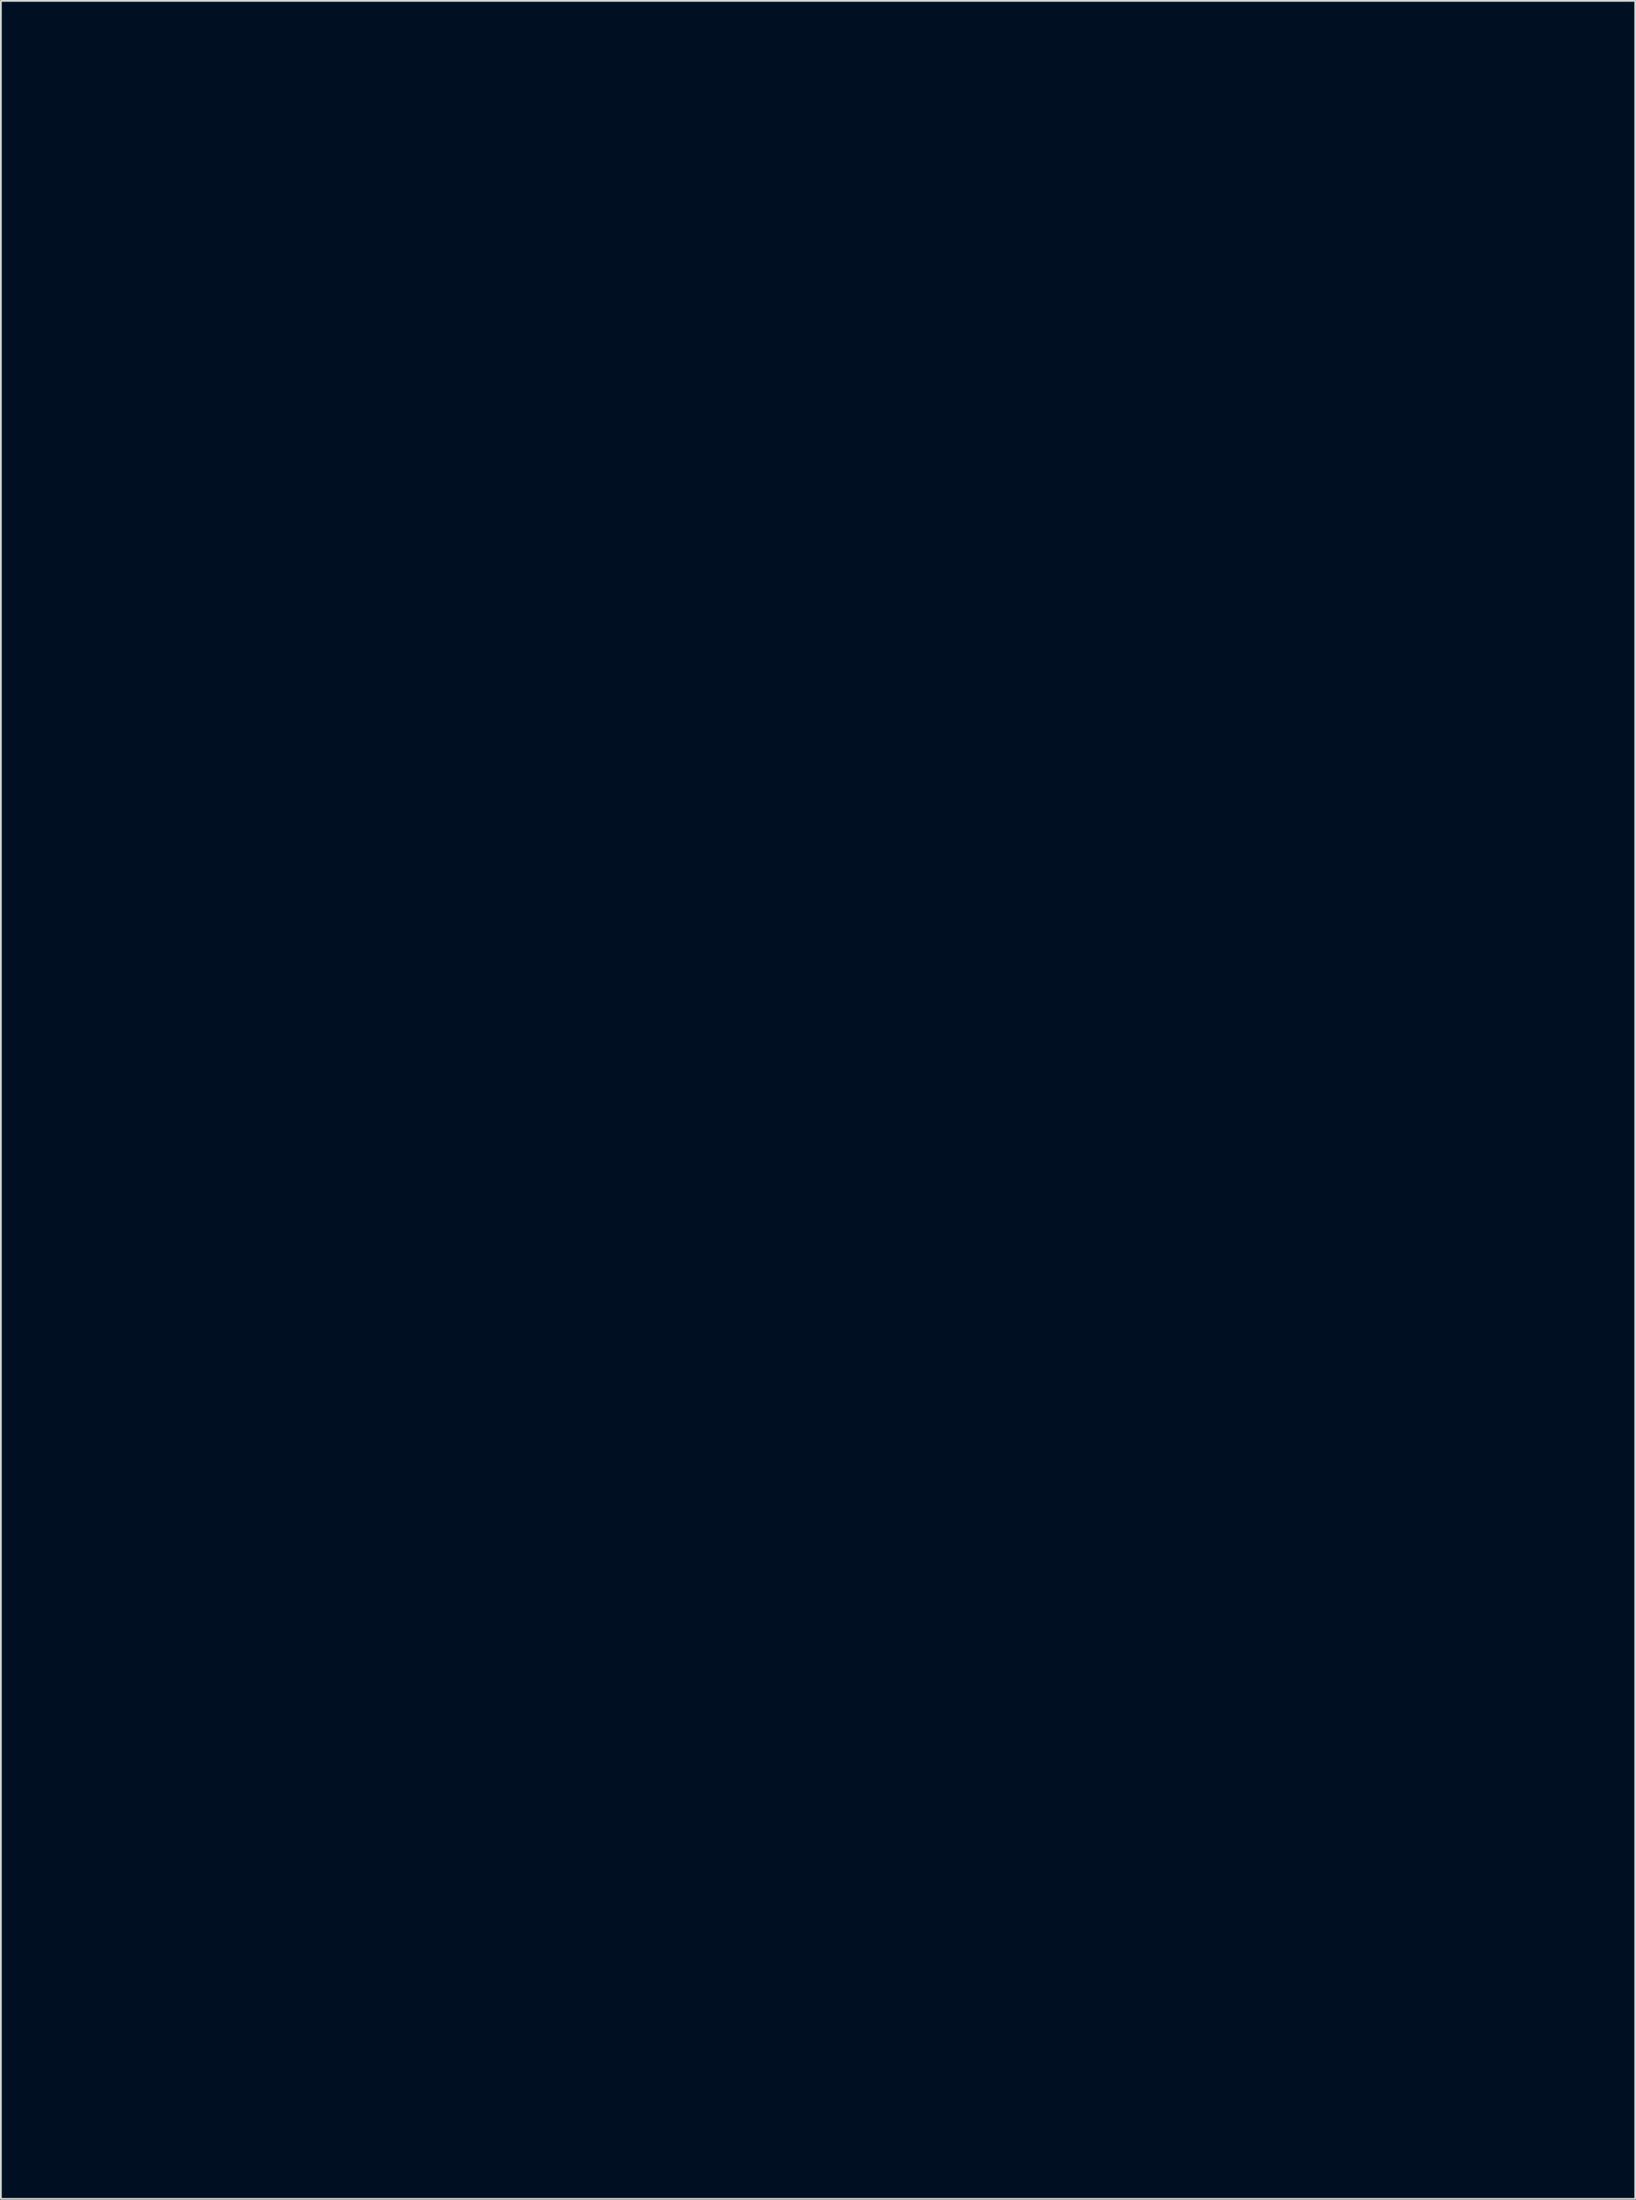
<source format=kicad_pcb>
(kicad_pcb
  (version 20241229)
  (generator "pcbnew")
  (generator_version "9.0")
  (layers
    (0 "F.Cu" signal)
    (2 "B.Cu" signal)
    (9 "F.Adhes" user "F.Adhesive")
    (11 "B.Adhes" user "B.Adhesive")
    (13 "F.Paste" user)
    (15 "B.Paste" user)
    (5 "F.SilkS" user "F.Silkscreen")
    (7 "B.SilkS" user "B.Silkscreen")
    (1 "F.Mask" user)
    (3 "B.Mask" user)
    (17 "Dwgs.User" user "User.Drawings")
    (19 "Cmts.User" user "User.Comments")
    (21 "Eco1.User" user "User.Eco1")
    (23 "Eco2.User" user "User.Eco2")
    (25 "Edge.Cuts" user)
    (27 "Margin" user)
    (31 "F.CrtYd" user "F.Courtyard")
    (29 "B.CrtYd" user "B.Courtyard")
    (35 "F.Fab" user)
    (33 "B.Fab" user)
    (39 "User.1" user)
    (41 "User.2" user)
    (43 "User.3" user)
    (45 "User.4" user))
  (footprint "Artwork_Bud_Industries_PN-1328-DG_115x90mm_side"
    (layer "F.Cu")
    (at 41.983 57.486)
    (property "Reference" "Artwork_Bud_Industries_PN-1328-DG_115x90mm_side" (at 0 -1.5 0) (layer "Eco1.User") (effects (font (size 1.524 1.524) (thickness 0.3))))
    (attr through_hole)
    (fp_poly (pts (xy -35.377 -57.058) (xy -34.409 -57.057) (xy -33.613 -57.056) (xy -26.86 -57.044) (xy -26.86 57.51) (xy -33.655 57.514) (xy -34.409 57.515) (xy -35.141 57.515) (xy -35.846 57.515) (xy -36.52 57.514) (xy -37.159 57.514) (xy -37.758 57.513) (xy -38.311 57.512) (xy -38.816 57.511) (xy -39.266 57.51) (xy -39.658 57.509) (xy -39.986 57.507) (xy -40.247 57.506) (xy -40.435 57.504) (xy -40.547 57.502) (xy -40.577 57.501) (xy -40.739 57.474) (xy -40.871 57.437) (xy -40.991 57.379) (xy -41.115 57.29) (xy -41.262 57.159) (xy -41.444 56.981) (xy -41.632 56.788) (xy -41.765 56.638) (xy -41.853 56.519) (xy -41.905 56.417) (xy -41.918 56.38) (xy -41.921 56.329) (xy -41.921 56.304) (xy -41.734 56.304) (xy -41.716 56.364) (xy -41.648 56.467) (xy -41.542 56.599) (xy -41.411 56.747) (xy -41.266 56.895) (xy -41.119 57.03) (xy -41.093 57.052) (xy -40.932 57.183) (xy -40.828 57.255) (xy -40.782 57.271) (xy -40.792 57.235) (xy -40.856 57.149) (xy -40.974 57.016) (xy -41.144 56.837) (xy -41.212 56.769) (xy -41.379 56.604) (xy -41.524 56.468) (xy -41.639 56.367) (xy -41.712 56.311) (xy -41.734 56.304) (xy -41.921 56.304) (xy -41.923 56.196) (xy -41.926 55.982) (xy -41.928 55.689) (xy -41.93 55.457) (xy -41.783 55.457) (xy -41.783 55.9) (xy -41.074 56.61) (xy -40.366 57.319) (xy -37.826 57.319) (xy -38.756 56.388) (xy -39.683 55.461) (xy -39.386 55.461) (xy -38.458 56.39) (xy -37.529 57.319) (xy -36.28 57.319) (xy -35.031 57.319) (xy -36.81 55.541) (xy -37.222 55.131) (xy -37.577 54.779) (xy -37.879 54.483) (xy -38.129 54.242) (xy -38.329 54.052) (xy -38.483 53.912) (xy -38.593 53.819) (xy -38.66 53.771) (xy -38.682 53.763) (xy -38.332 53.763) (xy -34.777 57.319) (xy -32.226 57.319) (xy -33.248 56.314) (xy -33.538 56.028) (xy -33.853 55.718) (xy -34.174 55.402) (xy -34.487 55.094) (xy -34.774 54.811) (xy -35.02 54.569) (xy -35.053 54.536) (xy -35.804 53.797) (xy -35.511 53.797) (xy -35.479 53.832) (xy -35.391 53.921) (xy -35.254 54.058) (xy -35.073 54.239) (xy -34.852 54.458) (xy -34.598 54.709) (xy -34.315 54.988) (xy -34.008 55.289) (xy -33.718 55.574) (xy -31.941 57.316) (xy -30.692 57.318) (xy -29.443 57.319) (xy -32.998 53.763) (xy -32.744 53.763) (xy -29.189 57.319) (xy -27.047 57.319) (xy -27.059 57.09) (xy -27.072 56.861) (xy -28.66 55.314) (xy -30.246 53.767) (xy -29.951 53.767) (xy -28.512 55.18) (xy -27.072 56.592) (xy -27.061 55.36) (xy -27.05 54.128) (xy -27.366 53.806) (xy -27.093 53.806) (xy -27.078 53.841) (xy -27.065 53.834) (xy -27.06 53.784) (xy -27.065 53.777) (xy -27.09 53.783) (xy -27.093 53.806) (xy -27.366 53.806) (xy -27.407 53.763) (xy -28.679 53.765) (xy -29.951 53.767) (xy -30.246 53.767) (xy -30.247 53.767) (xy -31.496 53.765) (xy -32.744 53.763) (xy -32.998 53.763) (xy -34.262 53.763) (xy -34.578 53.764) (xy -34.864 53.767) (xy -35.111 53.772) (xy -35.307 53.778) (xy -35.442 53.786) (xy -35.507 53.794) (xy -35.511 53.797) (xy -35.804 53.797) (xy -35.838 53.763) (xy -38.332 53.763) (xy -38.682 53.763) (xy -38.714 53.765) (xy -38.738 53.779) (xy -38.755 53.816) (xy -38.767 53.885) (xy -38.775 54) (xy -38.78 54.17) (xy -38.784 54.407) (xy -38.787 54.599) (xy -38.798 55.435) (xy -39.092 55.448) (xy -39.386 55.461) (xy -39.683 55.461) (xy -39.687 55.457) (xy -41.783 55.457) (xy -41.93 55.457) (xy -41.93 55.319) (xy -41.933 54.873) (xy -41.935 54.355) (xy -41.937 53.765) (xy -41.939 53.106) (xy -41.941 52.379) (xy -41.943 51.587) (xy -41.945 50.731) (xy -41.947 49.813) (xy -41.949 48.835) (xy -41.951 47.799) (xy -41.951 47.667) (xy -41.783 47.667) (xy -41.783 55.245) (xy -38.989 55.245) (xy -38.989 49.445) (xy -38.777 49.445) (xy -38.777 53.584) (xy -36.835 53.598) (xy -36.825 53.535) (xy -36.595 53.535) (xy -36.594 53.557) (xy -36.542 53.577) (xy -36.433 53.59) (xy -36.323 53.594) (xy -36.076 53.594) (xy -36.062 53.369) (xy -35.856 53.369) (xy -35.853 53.468) (xy -35.84 53.525) (xy -35.818 53.552) (xy -35.788 53.564) (xy -35.736 53.566) (xy -35.604 53.569) (xy -35.399 53.572) (xy -35.127 53.574) (xy -34.793 53.577) (xy -34.403 53.579) (xy -33.963 53.581) (xy -33.479 53.583) (xy -32.956 53.584) (xy -32.4 53.586) (xy -31.816 53.586) (xy -31.38 53.587) (xy -27.051 53.59) (xy -27.051 49.445) (xy -35.685 49.445) (xy -35.704 49.541) (xy -35.71 49.605) (xy -35.718 49.743) (xy -35.728 49.944) (xy -35.739 50.198) (xy -35.751 50.493) (xy -35.763 50.818) (xy -35.77 51.033) (xy -35.782 51.4) (xy -35.795 51.768) (xy -35.808 52.12) (xy -35.82 52.441) (xy -35.831 52.715) (xy -35.84 52.927) (xy -35.843 52.986) (xy -35.853 53.213) (xy -35.856 53.369) (xy -36.062 53.369) (xy -36.051 53.202) (xy -36.043 53.056) (xy -36.033 52.84) (xy -36.021 52.57) (xy -36.009 52.262) (xy -35.996 51.932) (xy -35.984 51.594) (xy -35.984 51.583) (xy -35.971 51.241) (xy -35.959 50.902) (xy -35.946 50.582) (xy -35.934 50.297) (xy -35.924 50.064) (xy -35.915 49.9) (xy -35.889 49.445) (xy -36.169 49.445) (xy -36.311 49.447) (xy -36.412 49.451) (xy -36.451 49.456) (xy -36.456 49.518) (xy -36.463 49.653) (xy -36.472 49.849) (xy -36.482 50.099) (xy -36.494 50.391) (xy -36.506 50.715) (xy -36.519 51.061) (xy -36.532 51.42) (xy -36.544 51.781) (xy -36.556 52.135) (xy -36.567 52.471) (xy -36.577 52.779) (xy -36.584 53.05) (xy -36.59 53.273) (xy -36.594 53.438) (xy -36.595 53.535) (xy -36.825 53.535) (xy -36.813 53.458) (xy -36.807 53.382) (xy -36.798 53.233) (xy -36.788 53.023) (xy -36.777 52.762) (xy -36.765 52.462) (xy -36.753 52.134) (xy -36.747 51.964) (xy -36.735 51.6) (xy -36.722 51.233) (xy -36.709 50.879) (xy -36.697 50.556) (xy -36.686 50.281) (xy -36.677 50.069) (xy -36.675 50.027) (xy -36.648 49.445) (xy -38.777 49.445) (xy -38.989 49.445) (xy -38.989 49.234) (xy -38.777 49.234) (xy -38.163 49.234) (xy -37.946 49.233) (xy -37.763 49.231) (xy -37.628 49.228) (xy -37.557 49.224) (xy -37.55 49.223) (xy -37.578 49.191) (xy -37.658 49.108) (xy -37.78 48.984) (xy -37.935 48.827) (xy -38.115 48.647) (xy -38.163 48.599) (xy -38.777 47.986) (xy -38.777 49.234) (xy -38.989 49.234) (xy -38.989 47.667) (xy -41.783 47.667) (xy -41.951 47.667) (xy -41.951 47.498) (xy -41.783 47.498) (xy -40.555 47.498) (xy -40.243 47.497) (xy -39.96 47.494) (xy -39.716 47.489) (xy -39.523 47.483) (xy -39.391 47.476) (xy -39.33 47.468) (xy -39.328 47.466) (xy -39.357 47.43) (xy -39.439 47.341) (xy -39.57 47.205) (xy -39.741 47.029) (xy -39.947 46.819) (xy -40.182 46.581) (xy -40.44 46.323) (xy -40.555 46.207) (xy -41.783 44.98) (xy -41.783 47.498) (xy -41.951 47.498) (xy -41.952 46.707) (xy -41.954 45.561) (xy -41.955 44.727) (xy -41.783 44.727) (xy -40.39 46.117) (xy -40.064 46.441) (xy -39.772 46.728) (xy -39.518 46.974) (xy -39.305 47.176) (xy -39.139 47.329) (xy -39.022 47.43) (xy -38.958 47.476) (xy -38.949 47.478) (xy -38.879 47.476) (xy -38.814 47.531) (xy -38.778 47.621) (xy -38.777 47.64) (xy -38.746 47.705) (xy -38.651 47.826) (xy -38.492 48.002) (xy -38.271 48.234) (xy -38.026 48.482) (xy -37.275 49.234) (xy -34.779 49.234) (xy -35.944 48.059) (xy -36.171 47.831) (xy -36.449 47.55) (xy -36.77 47.226) (xy -37.127 46.865) (xy -37.511 46.477) (xy -37.914 46.069) (xy -38.329 45.65) (xy -38.747 45.227) (xy -39.16 44.809) (xy -39.446 44.519) (xy -41.783 42.154) (xy -41.783 44.727) (xy -41.955 44.727) (xy -41.956 44.362) (xy -41.957 43.113) (xy -41.959 41.816) (xy -41.96 40.472) (xy -41.961 39.391) (xy -41.784 39.391) (xy -41.773 40.645) (xy -41.762 41.899) (xy -34.523 49.226) (xy -31.941 49.234) (xy -37.549 43.624) (xy -37.275 43.624) (xy -34.485 46.429) (xy -31.695 49.234) (xy -29.192 49.234) (xy -29.87 48.546) (xy -30.017 48.396) (xy -30.217 48.193) (xy -30.463 47.944) (xy -30.746 47.656) (xy -31.061 47.336) (xy -31.401 46.991) (xy -31.757 46.629) (xy -32.124 46.256) (xy -32.495 45.88) (xy -32.642 45.73) (xy -34.736 43.603) (xy -34.469 43.603) (xy -31.685 46.419) (xy -28.902 49.234) (xy -27.051 49.234) (xy -27.051 48.536) (xy -28.014 47.572) (xy -28.976 46.609) (xy -28.68 46.609) (xy -27.877 47.413) (xy -27.664 47.626) (xy -27.471 47.817) (xy -27.307 47.98) (xy -27.179 48.106) (xy -27.095 48.188) (xy -27.062 48.218) (xy -27.062 48.218) (xy -27.059 48.178) (xy -27.056 48.066) (xy -27.053 47.895) (xy -27.052 47.679) (xy -27.051 47.43) (xy -27.051 47.413) (xy -27.051 46.609) (xy -28.68 46.609) (xy -28.976 46.609) (xy -29.407 46.609) (xy -29.596 46.607) (xy -29.757 46.6) (xy -29.869 46.59) (xy -29.905 46.583) (xy -29.935 46.558) (xy -29.955 46.502) (xy -29.966 46.398) (xy -29.971 46.234) (xy -29.972 46.086) (xy -29.972 45.678) (xy -29.76 45.678) (xy -29.76 46.397) (xy -29.464 46.397) (xy -29.464 45.678) (xy -29.76 45.678) (xy -29.972 45.678) (xy -29.972 45.614) (xy -30.978 44.608) (xy -31.983 43.603) (xy -31.686 43.603) (xy -29.993 45.298) (xy -29.981 44.853) (xy -29.971 44.63) (xy -29.966 44.577) (xy -29.76 44.577) (xy -29.76 45.466) (xy -29.557 45.466) (xy -29.426 45.476) (xy -29.328 45.501) (xy -29.303 45.517) (xy -29.276 45.589) (xy -29.258 45.734) (xy -29.252 45.94) (xy -29.252 46.313) (xy -28.916 46.313) (xy -28.755 46.318) (xy -28.629 46.331) (xy -28.56 46.35) (xy -28.554 46.355) (xy -28.502 46.375) (xy -28.388 46.391) (xy -28.236 46.397) (xy -28.213 46.397) (xy -27.898 46.397) (xy -27.898 45.681) (xy -28.289 45.669) (xy -28.681 45.657) (xy -28.705 44.919) (xy -29.443 44.895) (xy -29.456 44.736) (xy -29.47 44.641) (xy -29.252 44.641) (xy -29.235 44.675) (xy -29.172 44.695) (xy -29.047 44.703) (xy -28.959 44.704) (xy -28.766 44.706) (xy -28.643 44.721) (xy -28.573 44.764) (xy -28.541 44.85) (xy -28.533 44.992) (xy -28.533 45.109) (xy -28.533 45.463) (xy -28.12 45.475) (xy -27.707 45.487) (xy -27.683 46.313) (xy -27.051 46.313) (xy -27.051 45.998) (xy -27.056 45.842) (xy -27.07 45.722) (xy -27.09 45.659) (xy -27.093 45.657) (xy -27.113 45.605) (xy -27.127 45.49) (xy -27.135 45.333) (xy -27.136 45.273) (xy -27.136 44.916) (xy -27.491 44.916) (xy -27.679 44.912) (xy -27.798 44.896) (xy -27.864 44.858) (xy -27.892 44.789) (xy -27.898 44.68) (xy -27.898 44.641) (xy -27.686 44.641) (xy -27.669 44.674) (xy -27.609 44.694) (xy -27.49 44.703) (xy -27.369 44.704) (xy -27.201 44.701) (xy -27.103 44.689) (xy -27.058 44.665) (xy -27.051 44.641) (xy -27.068 44.607) (xy -27.128 44.587) (xy -27.247 44.578) (xy -27.369 44.577) (xy -27.536 44.58) (xy -27.634 44.592) (xy -27.679 44.616) (xy -27.686 44.641) (xy -27.898 44.641) (xy -27.898 44.577) (xy -28.575 44.577) (xy -28.833 44.578) (xy -29.017 44.582) (xy -29.14 44.59) (xy -29.212 44.602) (xy -29.246 44.621) (xy -29.252 44.641) (xy -29.47 44.641) (xy -29.471 44.632) (xy -29.508 44.587) (xy -29.594 44.577) (xy -29.615 44.577) (xy -29.76 44.577) (xy -29.966 44.577) (xy -29.956 44.486) (xy -29.933 44.414) (xy -29.918 44.403) (xy -29.86 44.402) (xy -29.733 44.402) (xy -29.551 44.403) (xy -29.329 44.404) (xy -29.136 44.405) (xy -28.898 44.405) (xy -28.692 44.402) (xy -28.533 44.396) (xy -28.433 44.387) (xy -28.406 44.379) (xy -28.434 44.338) (xy -28.511 44.25) (xy -28.625 44.128) (xy -28.765 43.985) (xy -28.775 43.975) (xy -29.145 43.603) (xy -28.848 43.603) (xy -28.455 43.999) (xy -28.061 44.394) (xy -27.556 44.402) (xy -27.051 44.409) (xy -27.051 43.603) (xy -28.848 43.603) (xy -29.145 43.603) (xy -31.686 43.603) (xy -31.983 43.603) (xy -34.469 43.603) (xy -34.736 43.603) (xy -34.737 43.602) (xy -36.006 43.613) (xy -37.275 43.624) (xy -37.549 43.624) (xy -37.569 43.605) (xy -38.968 43.582) (xy -38.979 42.882) (xy -38.991 42.183) (xy -40.387 40.787) (xy -41.784 39.391) (xy -41.961 39.391) (xy -41.961 39.094) (xy -41.783 39.094) (xy -40.397 40.481) (xy -39.01 41.868) (xy -38.999 40.652) (xy -38.988 39.435) (xy -41.783 36.64) (xy -41.783 39.094) (xy -41.961 39.094) (xy -41.961 39.083) (xy -41.963 37.652) (xy -41.964 36.343) (xy -41.783 36.343) (xy -39.01 39.117) (xy -38.999 37.858) (xy -38.988 36.599) (xy -41.783 33.803) (xy -41.783 36.343) (xy -41.964 36.343) (xy -41.964 36.18) (xy -41.965 34.669) (xy -41.966 33.506) (xy -41.783 33.506) (xy -40.397 34.893) (xy -39.01 36.28) (xy -38.999 35.064) (xy -38.988 33.847) (xy -41.783 31.052) (xy -41.783 33.506) (xy -41.966 33.506) (xy -41.966 33.12) (xy -41.968 31.537) (xy -41.968 30.753) (xy -41.784 30.753) (xy -40.397 32.141) (xy -40.115 32.423) (xy -39.852 32.685) (xy -39.614 32.923) (xy -39.406 33.129) (xy -39.235 33.299) (xy -39.106 33.426) (xy -39.026 33.504) (xy -39 33.528) (xy -38.997 33.487) (xy -38.995 33.373) (xy -38.992 33.194) (xy -38.991 32.963) (xy -38.99 32.689) (xy -38.989 32.384) (xy -38.989 32.306) (xy -38.989 31.084) (xy -40.375 29.656) (xy -41.762 28.228) (xy -41.773 29.491) (xy -41.784 30.753) (xy -41.968 30.753) (xy -41.969 29.92) (xy -41.97 28.272) (xy -41.97 27.923) (xy -41.783 27.923) (xy -39.01 30.783) (xy -38.988 28.259) (xy -40.385 26.861) (xy -41.783 25.464) (xy -41.783 27.923) (xy -41.97 27.923) (xy -41.971 26.594) (xy -41.971 25.165) (xy -41.784 25.165) (xy -40.397 26.553) (xy -40.115 26.835) (xy -39.852 27.097) (xy -39.614 27.335) (xy -39.406 27.541) (xy -39.235 27.711) (xy -39.106 27.838) (xy -39.026 27.916) (xy -39 27.94) (xy -38.997 27.899) (xy -38.995 27.785) (xy -38.992 27.606) (xy -38.991 27.375) (xy -38.99 27.101) (xy -38.989 26.795) (xy -38.989 26.711) (xy -38.989 25.482) (xy -40.375 24.06) (xy -41.762 22.639) (xy -41.773 23.902) (xy -41.784 25.165) (xy -41.971 25.165) (xy -41.971 24.889) (xy -41.972 23.159) (xy -41.973 21.404) (xy -41.973 20.791) (xy -41.782 20.791) (xy -41.782 21.111) (xy -41.782 22.331) (xy -40.396 23.759) (xy -39.01 25.187) (xy -38.988 22.68) (xy -40.309 21.341) (xy -40.586 21.061) (xy -40.847 20.798) (xy -41.085 20.559) (xy -41.294 20.351) (xy -41.467 20.179) (xy -41.598 20.05) (xy -41.681 19.97) (xy -41.707 19.947) (xy -41.729 19.935) (xy -41.746 19.939) (xy -41.759 19.968) (xy -41.769 20.03) (xy -41.775 20.135) (xy -41.779 20.291) (xy -41.782 20.507) (xy -41.782 20.791) (xy -41.973 20.791) (xy -41.974 19.628) (xy -41.974 19.577) (xy -41.784 19.577) (xy -40.397 20.965) (xy -39.01 22.353) (xy -38.988 19.887) (xy -40.375 18.468) (xy -41.762 17.049) (xy -41.773 18.313) (xy -41.784 19.577) (xy -41.974 19.577) (xy -41.974 17.832) (xy -41.975 16.017) (xy -41.976 14.245) (xy -41.783 14.245) (xy -41.78 16.743) (xy -40.395 18.167) (xy -39.01 19.59) (xy -38.999 18.315) (xy -38.988 17.041) (xy -40.385 15.643) (xy -41.783 14.245) (xy -41.976 14.245) (xy -41.976 14.187) (xy -41.976 13.991) (xy -41.783 13.991) (xy -40.397 15.378) (xy -39.01 16.765) (xy -38.999 15.527) (xy -38.988 14.289) (xy -41.783 11.494) (xy -41.783 13.991) (xy -41.976 13.991) (xy -41.976 12.342) (xy -41.976 11.239) (xy -41.783 11.239) (xy -39.01 14.013) (xy -38.999 12.733) (xy -38.988 11.453) (xy -40.385 10.055) (xy -41.783 8.657) (xy -41.783 11.239) (xy -41.976 11.239) (xy -41.976 10.485) (xy -41.977 8.618) (xy -41.977 8.403) (xy -41.783 8.403) (xy -40.397 9.79) (xy -39.01 11.177) (xy -38.999 9.939) (xy -38.988 8.701) (xy -41.783 5.906) (xy -41.783 8.403) (xy -41.977 8.403) (xy -41.977 6.742) (xy -41.977 5.609) (xy -41.783 5.609) (xy -40.397 6.996) (xy -39.01 8.383) (xy -38.988 5.954) (xy -39.36 5.57) (xy -39.481 5.445) (xy -39.651 5.27) (xy -39.859 5.055) (xy -40.096 4.812) (xy -40.349 4.551) (xy -40.61 4.282) (xy -40.758 4.131) (xy -41.783 3.075) (xy -41.783 5.609) (xy -41.977 5.609) (xy -41.977 4.86) (xy -41.978 2.973) (xy -41.978 2.797) (xy -41.783 2.797) (xy -39.01 5.641) (xy -38.988 3.113) (xy -40.385 1.715) (xy -41.783 0.318) (xy -41.783 2.797) (xy -41.978 2.797) (xy -41.978 1.083) (xy -41.978 0.021) (xy -41.783 0.021) (xy -40.397 1.408) (xy -39.01 2.795) (xy -38.999 1.581) (xy -38.988 0.368) (xy -39.253 0.089) (xy -39.343 -0.006) (xy -39.484 -0.152) (xy -39.667 -0.342) (xy -39.884 -0.565) (xy -40.125 -0.814) (xy -40.383 -1.08) (xy -40.649 -1.353) (xy -40.65 -1.355) (xy -41.783 -2.519) (xy -41.783 -1.249) (xy -41.783 0.021) (xy -41.978 0.021) (xy -41.978 -0.808) (xy -41.978 -2.698) (xy -41.978 -2.806) (xy -41.783 -2.806) (xy -40.397 -1.377) (xy -39.01 0.052) (xy -38.988 -2.475) (xy -40.385 -3.873) (xy -41.783 -5.27) (xy -41.783 -2.806) (xy -41.978 -2.806) (xy -41.978 -4.585) (xy -41.978 -5.567) (xy -41.783 -5.567) (xy -40.397 -4.18) (xy -39.01 -2.793) (xy -38.999 -4.01) (xy -38.988 -5.227) (xy -40.385 -6.624) (xy -41.783 -8.022) (xy -41.783 -5.567) (xy -41.978 -5.567) (xy -41.978 -6.467) (xy -41.978 -8.319) (xy -41.783 -8.319) (xy -39.01 -5.545) (xy -38.988 -8.063) (xy -40.385 -9.461) (xy -41.783 -10.858) (xy -41.783 -8.319) (xy -41.978 -8.319) (xy -41.978 -8.342) (xy -41.977 -10.209) (xy -41.977 -12.065) (xy -41.977 -12.375) (xy -41.783 -12.375) (xy -41.783 -11.155) (xy -40.397 -9.768) (xy -39.01 -8.381) (xy -38.988 -10.811) (xy -40.311 -12.146) (xy -40.589 -12.426) (xy -40.85 -12.688) (xy -41.088 -12.926) (xy -41.297 -13.135) (xy -41.47 -13.307) (xy -41.601 -13.435) (xy -41.684 -13.515) (xy -41.709 -13.538) (xy -41.73 -13.55) (xy -41.747 -13.545) (xy -41.76 -13.513) (xy -41.769 -13.447) (xy -41.776 -13.337) (xy -41.78 -13.176) (xy -41.782 -12.954) (xy -41.783 -12.663) (xy -41.783 -12.375) (xy -41.977 -12.375) (xy -41.977 -13.908) (xy -41.784 -13.908) (xy -39.01 -11.133) (xy -38.999 -12.366) (xy -38.988 -13.598) (xy -40.375 -15.018) (xy -41.762 -16.437) (xy -41.773 -15.173) (xy -41.784 -13.908) (xy -41.977 -13.908) (xy -41.977 -13.908) (xy -41.976 -15.738) (xy -41.976 -17.551) (xy -41.976 -19.24) (xy -41.783 -19.24) (xy -41.78 -16.743) (xy -40.395 -15.319) (xy -39.01 -13.895) (xy -38.999 -15.17) (xy -38.988 -16.445) (xy -41.783 -19.24) (xy -41.976 -19.24) (xy -41.975 -19.346) (xy -41.975 -19.495) (xy -41.783 -19.495) (xy -39.01 -16.721) (xy -38.999 -17.957) (xy -38.988 -19.193) (xy -39.55 -19.767) (xy -39.739 -19.961) (xy -39.972 -20.199) (xy -40.233 -20.465) (xy -40.505 -20.743) (xy -40.772 -21.017) (xy -40.947 -21.196) (xy -41.783 -22.051) (xy -41.783 -19.495) (xy -41.975 -19.495) (xy -41.975 -21.121) (xy -41.974 -22.874) (xy -41.974 -24.603) (xy -41.974 -24.828) (xy -41.783 -24.828) (xy -41.78 -22.331) (xy -40.395 -20.913) (xy -39.01 -19.494) (xy -38.999 -20.764) (xy -38.988 -22.033) (xy -41.783 -24.828) (xy -41.974 -24.828) (xy -41.973 -25.083) (xy -41.783 -25.083) (xy -39.01 -22.309) (xy -38.999 -23.545) (xy -38.988 -24.78) (xy -39.423 -25.228) (xy -39.565 -25.373) (xy -39.754 -25.568) (xy -39.979 -25.798) (xy -40.227 -26.054) (xy -40.487 -26.321) (xy -40.747 -26.588) (xy -40.821 -26.664) (xy -41.783 -27.654) (xy -41.783 -25.083) (xy -41.973 -25.083) (xy -41.973 -26.306) (xy -41.972 -27.93) (xy -41.783 -27.93) (xy -40.397 -26.512) (xy -39.01 -25.093) (xy -38.988 -27.621) (xy -40.385 -29.019) (xy -41.783 -30.416) (xy -41.783 -27.93) (xy -41.972 -27.93) (xy -41.972 -27.982) (xy -41.971 -29.628) (xy -41.971 -30.713) (xy -41.783 -30.713) (xy -40.397 -29.326) (xy -39.01 -27.939) (xy -38.999 -29.156) (xy -38.988 -30.373) (xy -40.385 -31.77) (xy -41.783 -33.168) (xy -41.783 -30.713) (xy -41.971 -30.713) (xy -41.97 -31.242) (xy -41.969 -32.823) (xy -41.969 -33.465) (xy -41.783 -33.465) (xy -39.01 -30.691) (xy -38.988 -33.209) (xy -40.385 -34.607) (xy -41.783 -36.004) (xy -41.783 -33.465) (xy -41.969 -33.465) (xy -41.968 -34.369) (xy -41.967 -35.878) (xy -41.967 -36.301) (xy -41.783 -36.301) (xy -40.397 -34.914) (xy -39.01 -33.527) (xy -38.999 -34.744) (xy -38.988 -35.961) (xy -40.385 -37.358) (xy -41.783 -38.756) (xy -41.783 -36.301) (xy -41.967 -36.301) (xy -41.966 -37.348) (xy -41.965 -38.776) (xy -41.965 -39.054) (xy -41.784 -39.054) (xy -40.397 -37.667) (xy -40.115 -37.385) (xy -39.852 -37.122) (xy -39.614 -36.885) (xy -39.406 -36.678) (xy -39.235 -36.509) (xy -39.106 -36.382) (xy -39.026 -36.304) (xy -39 -36.28) (xy -38.997 -36.32) (xy -38.995 -36.435) (xy -38.992 -36.613) (xy -38.991 -36.845) (xy -38.99 -37.119) (xy -38.989 -37.424) (xy -38.989 -37.505) (xy -38.989 -38.73) (xy -40.375 -40.155) (xy -41.762 -41.581) (xy -41.773 -40.317) (xy -41.784 -39.054) (xy -41.965 -39.054) (xy -41.964 -40.162) (xy -41.962 -41.503) (xy -41.962 -41.888) (xy -41.783 -41.888) (xy -40.397 -40.458) (xy -39.01 -39.027) (xy -38.999 -40.288) (xy -38.988 -41.549) (xy -41.783 -44.344) (xy -41.783 -41.888) (xy -41.962 -41.888) (xy -41.961 -42.797) (xy -41.96 -44.043) (xy -41.959 -44.641) (xy -41.783 -44.641) (xy -40.397 -43.254) (xy -39.01 -41.867) (xy -38.989 -42.534) (xy -38.974 -43.011) (xy -38.777 -43.011) (xy -38.777 43.392) (xy -27.051 43.392) (xy -27.051 -43.011) (xy -38.777 -43.011) (xy -38.974 -43.011) (xy -38.968 -43.201) (xy -38.407 -43.222) (xy -37.845 -43.243) (xy -41.783 -47.18) (xy -41.783 -44.641) (xy -41.959 -44.641) (xy -41.958 -45.238) (xy -41.957 -46.38) (xy -41.955 -47.469) (xy -41.955 -47.478) (xy -41.784 -47.478) (xy -37.529 -43.222) (xy -34.989 -43.226) (xy -38.375 -46.585) (xy -39.245 -47.448) (xy -38.968 -47.448) (xy -36.83 -45.337) (xy -34.692 -43.226) (xy -33.461 -43.224) (xy -32.23 -43.222) (xy -33.377 -44.355) (xy -33.692 -44.667) (xy -34.039 -45.009) (xy -34.4 -45.367) (xy -34.76 -45.721) (xy -35.1 -46.057) (xy -35.404 -46.358) (xy -35.522 -46.474) (xy -36.482 -47.42) (xy -36.188 -47.42) (xy -36.156 -47.385) (xy -36.069 -47.296) (xy -35.931 -47.157) (xy -35.747 -46.973) (xy -35.522 -46.749) (xy -35.261 -46.491) (xy -34.969 -46.202) (xy -34.65 -45.888) (xy -34.31 -45.554) (xy -34.057 -45.305) (xy -31.941 -43.225) (xy -30.692 -43.224) (xy -29.443 -43.223) (xy -31.56 -45.339) (xy -33.646 -47.424) (xy -33.359 -47.424) (xy -33.329 -47.39) (xy -33.245 -47.3) (xy -33.11 -47.161) (xy -32.93 -46.977) (xy -32.709 -46.752) (xy -32.453 -46.492) (xy -32.165 -46.201) (xy -31.851 -45.885) (xy -31.515 -45.549) (xy -31.274 -45.307) (xy -29.189 -43.222) (xy -27.051 -43.222) (xy -27.051 -43.403) (xy -27.06 -43.513) (xy -27.095 -43.608) (xy -27.169 -43.716) (xy -27.243 -43.804) (xy -27.411 -43.996) (xy -27.115 -43.996) (xy -27.109 -43.963) (xy -27.079 -43.907) (xy -27.068 -43.9) (xy -27.053 -43.934) (xy -27.051 -43.963) (xy -27.073 -44.02) (xy -27.092 -44.027) (xy -27.115 -43.996) (xy -27.411 -43.996) (xy -27.436 -44.023) (xy -28.669 -44.024) (xy -28.984 -44.025) (xy -29.272 -44.029) (xy -29.522 -44.034) (xy -29.723 -44.041) (xy -29.863 -44.049) (xy -29.933 -44.058) (xy -29.938 -44.06) (xy -29.947 -44.111) (xy -29.955 -44.234) (xy -29.956 -44.283) (xy -29.76 -44.283) (xy -29.745 -44.224) (xy -29.684 -44.199) (xy -29.609 -44.196) (xy -29.508 -44.204) (xy -29.471 -44.236) (xy -29.472 -44.27) (xy -29.525 -44.333) (xy -29.623 -44.357) (xy -29.719 -44.358) (xy -29.756 -44.324) (xy -29.76 -44.283) (xy -29.956 -44.283) (xy -29.96 -44.418) (xy -29.963 -44.652) (xy -29.964 -44.922) (xy -29.962 -45.151) (xy -29.954 -45.932) (xy -29.76 -45.932) (xy -29.76 -44.535) (xy -29.532 -44.535) (xy -29.381 -44.526) (xy -29.296 -44.489) (xy -29.259 -44.409) (xy -29.252 -44.298) (xy -29.252 -44.196) (xy -28.575 -44.196) (xy -28.322 -44.196) (xy -28.141 -44.199) (xy -28.02 -44.205) (xy -27.948 -44.216) (xy -27.912 -44.234) (xy -27.899 -44.259) (xy -27.898 -44.281) (xy -27.904 -44.32) (xy -27.932 -44.345) (xy -27.999 -44.358) (xy -28.12 -44.364) (xy -28.3 -44.365) (xy -28.702 -44.365) (xy -28.702 -45.082) (xy -29.072 -45.094) (xy -29.443 -45.106) (xy -29.455 -45.519) (xy -29.467 -45.932) (xy -29.76 -45.932) (xy -29.954 -45.932) (xy -29.953 -46.016) (xy -29.252 -46.016) (xy -29.252 -45.3) (xy -28.903 -45.288) (xy -28.554 -45.276) (xy -28.542 -44.907) (xy -28.529 -44.538) (xy -28.118 -44.526) (xy -27.707 -44.514) (xy -27.694 -44.357) (xy -27.681 -44.201) (xy -27.366 -44.201) (xy -27.204 -44.203) (xy -27.109 -44.213) (xy -27.064 -44.234) (xy -27.051 -44.272) (xy -27.051 -44.281) (xy -27.071 -44.361) (xy -27.093 -44.386) (xy -27.113 -44.438) (xy -27.128 -44.553) (xy -27.135 -44.707) (xy -27.136 -44.749) (xy -27.136 -45.085) (xy -27.466 -45.085) (xy -27.652 -45.092) (xy -27.785 -45.11) (xy -27.847 -45.136) (xy -27.874 -45.208) (xy -27.892 -45.353) (xy -27.898 -45.559) (xy -27.898 -45.932) (xy -28.276 -45.932) (xy -28.447 -45.936) (xy -28.584 -45.948) (xy -28.667 -45.965) (xy -28.681 -45.974) (xy -28.734 -45.996) (xy -28.846 -46.011) (xy -28.98 -46.016) (xy -27.686 -46.016) (xy -27.686 -45.297) (xy -27.051 -45.297) (xy -27.051 -45.606) (xy -27.058 -45.781) (xy -27.077 -45.909) (xy -27.102 -45.966) (xy -27.171 -45.993) (xy -27.297 -46.011) (xy -27.419 -46.016) (xy -27.686 -46.016) (xy -28.98 -46.016) (xy -29.252 -46.016) (xy -29.953 -46.016) (xy -29.951 -46.207) (xy -29.649 -46.232) (xy -30.033 -46.601) (xy -30.212 -46.773) (xy -30.399 -46.951) (xy -30.569 -47.112) (xy -30.678 -47.213) (xy -30.936 -47.452) (xy -30.628 -47.452) (xy -29.993 -46.842) (xy -29.358 -46.231) (xy -28.205 -46.229) (xy -27.051 -46.228) (xy -27.051 -46.321) (xy -27.084 -46.391) (xy -27.178 -46.509) (xy -27.33 -46.669) (xy -27.534 -46.866) (xy -27.784 -47.095) (xy -27.995 -47.28) (xy -28.196 -47.453) (xy -27.877 -47.453) (xy -27.474 -47.075) (xy -27.324 -46.934) (xy -27.197 -46.817) (xy -27.107 -46.734) (xy -27.063 -46.696) (xy -27.062 -46.695) (xy -27.057 -46.734) (xy -27.053 -46.838) (xy -27.051 -46.989) (xy -27.051 -47.075) (xy -27.051 -47.456) (xy -27.464 -47.454) (xy -27.877 -47.453) (xy -28.196 -47.453) (xy -28.199 -47.456) (xy -29.414 -47.454) (xy -30.628 -47.452) (xy -30.936 -47.452) (xy -30.939 -47.456) (xy -32.149 -47.456) (xy -32.459 -47.455) (xy -32.74 -47.452) (xy -32.981 -47.447) (xy -33.171 -47.441) (xy -33.3 -47.434) (xy -33.357 -47.426) (xy -33.359 -47.424) (xy -33.646 -47.424) (xy -33.678 -47.456) (xy -34.94 -47.456) (xy -35.256 -47.455) (xy -35.543 -47.451) (xy -35.789 -47.446) (xy -35.985 -47.44) (xy -36.12 -47.432) (xy -36.184 -47.423) (xy -36.188 -47.42) (xy -36.482 -47.42) (xy -36.522 -47.459) (xy -37.745 -47.453) (xy -38.968 -47.448) (xy -39.245 -47.448) (xy -41.762 -49.944) (xy -41.773 -48.711) (xy -41.784 -47.478) (xy -41.955 -47.478) (xy -41.953 -48.501) (xy -41.951 -49.475) (xy -41.95 -50.228) (xy -41.785 -50.228) (xy -39.01 -47.51) (xy -38.999 -48.72) (xy -38.988 -49.931) (xy -40.385 -51.328) (xy -41.783 -52.726) (xy -41.784 -51.477) (xy -41.785 -50.228) (xy -41.95 -50.228) (xy -41.95 -50.389) (xy -41.948 -51.241) (xy -41.946 -52.029) (xy -41.944 -52.751) (xy -41.943 -52.981) (xy -41.783 -52.981) (xy -39.01 -50.207) (xy -38.999 -51.478) (xy -38.988 -52.749) (xy -39.909 -53.647) (xy -40.169 -53.901) (xy -40.436 -54.161) (xy -40.696 -54.414) (xy -40.937 -54.648) (xy -41.143 -54.85) (xy -41.303 -55.006) (xy -41.307 -55.009) (xy -41.783 -55.473) (xy -41.783 -52.981) (xy -41.943 -52.981) (xy -41.942 -53.406) (xy -41.94 -53.991) (xy -41.938 -54.504) (xy -41.935 -54.945) (xy -41.933 -55.31) (xy -41.931 -55.598) (xy -41.928 -55.806) (xy -41.926 -55.916) (xy -41.734 -55.916) (xy -41.727 -55.84) (xy -41.69 -55.752) (xy -41.621 -55.646) (xy -41.513 -55.516) (xy -41.364 -55.355) (xy -41.171 -55.158) (xy -40.927 -54.918) (xy -40.631 -54.629) (xy -40.365 -54.37) (xy -39.01 -53.051) (xy -38.999 -54.173) (xy -38.995 -54.51) (xy -38.992 -54.772) (xy -38.987 -54.969) (xy -38.98 -55.11) (xy -38.98 -55.118) (xy -38.777 -55.118) (xy -38.777 -47.625) (xy -27.051 -47.625) (xy -27.051 -55.118) (xy -38.777 -55.118) (xy -38.98 -55.118) (xy -38.971 -55.205) (xy -38.958 -55.264) (xy -38.941 -55.297) (xy -38.919 -55.313) (xy -38.9 -55.319) (xy -38.88 -55.333) (xy -38.885 -55.366) (xy -38.922 -55.423) (xy -38.995 -55.51) (xy -39.111 -55.635) (xy -39.274 -55.804) (xy -39.491 -56.024) (xy -39.567 -56.1) (xy -40.318 -56.854) (xy -40.068 -56.854) (xy -38.545 -55.33) (xy -35.98 -55.33) (xy -36.5 -55.828) (xy -36.699 -56.018) (xy -36.901 -56.211) (xy -37.087 -56.389) (xy -37.241 -56.535) (xy -37.299 -56.59) (xy -37.576 -56.851) (xy -37.275 -56.851) (xy -35.708 -55.334) (xy -34.46 -55.332) (xy -33.211 -55.33) (xy -34.734 -56.854) (xy -34.437 -56.854) (xy -33.676 -56.092) (xy -32.915 -55.33) (xy -30.382 -55.33) (xy -30.971 -55.892) (xy -31.172 -56.084) (xy -31.368 -56.271) (xy -31.545 -56.438) (xy -31.688 -56.573) (xy -31.776 -56.654) (xy -31.969 -56.833) (xy -31.672 -56.833) (xy -30.097 -55.33) (xy -27.623 -55.33) (xy -28.385 -56.092) (xy -29.147 -56.854) (xy -28.849 -56.854) (xy -28.088 -56.092) (xy -27.851 -55.855) (xy -27.665 -55.673) (xy -27.522 -55.538) (xy -27.414 -55.443) (xy -27.333 -55.381) (xy -27.271 -55.347) (xy -27.22 -55.332) (xy -27.189 -55.33) (xy -27.051 -55.33) (xy -27.051 -56.854) (xy -28.849 -56.854) (xy -29.147 -56.854) (xy -29.148 -56.855) (xy -30.41 -56.844) (xy -31.672 -56.833) (xy -31.969 -56.833) (xy -31.992 -56.854) (xy -34.437 -56.854) (xy -34.734 -56.854) (xy -36.004 -56.852) (xy -37.275 -56.851) (xy -37.576 -56.851) (xy -37.578 -56.854) (xy -38.823 -56.854) (xy -40.068 -56.854) (xy -40.318 -56.854) (xy -40.322 -56.858) (xy -40.577 -56.831) (xy -40.848 -56.761) (xy -41.12 -56.616) (xy -41.379 -56.403) (xy -41.542 -56.221) (xy -41.615 -56.132) (xy -41.674 -56.056) (xy -41.715 -55.985) (xy -41.734 -55.916) (xy -41.926 -55.916) (xy -41.926 -55.934) (xy -41.923 -55.979) (xy -41.851 -56.131) (xy -41.722 -56.31) (xy -41.554 -56.498) (xy -41.362 -56.677) (xy -41.204 -56.799) (xy -41.03 -56.91) (xy -40.871 -56.977) (xy -40.683 -57.018) (xy -40.657 -57.022) (xy -40.572 -57.029) (xy -40.41 -57.035) (xy -40.171 -57.041) (xy -39.852 -57.045) (xy -39.455 -57.049) (xy -38.979 -57.052) (xy -38.421 -57.055) (xy -37.783 -57.057) (xy -37.064 -57.058) (xy -36.262 -57.058) (xy -35.377 -57.058)) (stroke (width 0.01) (type solid)) (fill no) (layer "Eco1.User"))
    (fp_poly (pts (xy 25.927 -57.481) (xy 27.165 -57.481) (xy 28.335 -57.481) (xy 29.442 -57.48) (xy 30.485 -57.48) (xy 31.467 -57.479) (xy 32.39 -57.479) (xy 33.255 -57.478) (xy 34.063 -57.477) (xy 34.817 -57.476) (xy 35.518 -57.475) (xy 36.168 -57.474) (xy 36.768 -57.473) (xy 37.321 -57.471) (xy 37.827 -57.47) (xy 38.289 -57.468) (xy 38.708 -57.466) (xy 39.086 -57.465) (xy 39.424 -57.462) (xy 39.725 -57.46) (xy 39.989 -57.458) (xy 40.219 -57.456) (xy 40.416 -57.453) (xy 40.582 -57.45) (xy 40.718 -57.447) (xy 40.827 -57.444) (xy 40.91 -57.441) (xy 40.968 -57.438) (xy 41.003 -57.434) (xy 41.018 -57.431) (xy 41.018 -57.431) (xy 41.11 -57.377) (xy 41.199 -57.346) (xy 41.284 -57.306) (xy 41.409 -57.225) (xy 41.549 -57.118) (xy 41.585 -57.088) (xy 41.716 -56.974) (xy 41.801 -56.885) (xy 41.857 -56.795) (xy 41.9 -56.676) (xy 41.946 -56.502) (xy 41.947 -56.498) (xy 42.037 -56.137) (xy 42.037 -0.203) (xy 42.037 2.428) (xy 42.037 4.976) (xy 42.037 7.442) (xy 42.037 9.827) (xy 42.037 12.133) (xy 42.037 14.361) (xy 42.037 16.512) (xy 42.037 18.588) (xy 42.037 20.591) (xy 42.037 22.52) (xy 42.037 24.379) (xy 42.037 26.167) (xy 42.036 27.888) (xy 42.036 29.541) (xy 42.036 31.128) (xy 42.036 32.651) (xy 42.035 34.11) (xy 42.035 35.508) (xy 42.034 36.846) (xy 42.034 38.124) (xy 42.033 39.345) (xy 42.033 40.509) (xy 42.032 41.619) (xy 42.031 42.674) (xy 42.03 43.678) (xy 42.029 44.63) (xy 42.028 45.533) (xy 42.027 46.387) (xy 42.025 47.195) (xy 42.024 47.957) (xy 42.023 48.674) (xy 42.021 49.349) (xy 42.019 49.983) (xy 42.017 50.576) (xy 42.015 51.13) (xy 42.013 51.647) (xy 42.011 52.127) (xy 42.009 52.573) (xy 42.006 52.985) (xy 42.004 53.366) (xy 42.001 53.715) (xy 41.998 54.035) (xy 41.995 54.327) (xy 41.992 54.592) (xy 41.988 54.832) (xy 41.985 55.048) (xy 41.981 55.241) (xy 41.977 55.413) (xy 41.973 55.565) (xy 41.969 55.698) (xy 41.965 55.814) (xy 41.96 55.914) (xy 41.955 56) (xy 41.95 56.072) (xy 41.945 56.133) (xy 41.94 56.182) (xy 41.934 56.223) (xy 41.928 56.256) (xy 41.922 56.282) (xy 41.916 56.303) (xy 41.91 56.32) (xy 41.903 56.335) (xy 41.896 56.349) (xy 41.889 56.363) (xy 41.882 56.378) (xy 41.876 56.392) (xy 41.819 56.477) (xy 41.713 56.592) (xy 41.579 56.716) (xy 41.438 56.832) (xy 41.309 56.921) (xy 41.278 56.938) (xy 41.259 56.949) (xy 41.243 56.958) (xy 41.226 56.968) (xy 41.209 56.977) (xy 41.188 56.986) (xy 41.161 56.994) (xy 41.128 57.002) (xy 41.086 57.009) (xy 41.034 57.016) (xy 40.969 57.023) (xy 40.89 57.03) (xy 40.795 57.036) (xy 40.682 57.041) (xy 40.55 57.047) (xy 40.396 57.052) (xy 40.219 57.057) (xy 40.017 57.061) (xy 39.789 57.065) (xy 39.531 57.069) (xy 39.244 57.073) (xy 38.924 57.076) (xy 38.57 57.079) (xy 38.18 57.082) (xy 37.753 57.085) (xy 37.286 57.088) (xy 36.778 57.09) (xy 36.227 57.092) (xy 35.631 57.094) (xy 34.989 57.095) (xy 34.298 57.097) (xy 33.556 57.098) (xy 32.763 57.1) (xy 31.916 57.101) (xy 31.013 57.102) (xy 30.053 57.102) (xy 29.033 57.103) (xy 27.952 57.104) (xy 26.809 57.104) (xy 25.6 57.105) (xy 24.326 57.105) (xy 22.982 57.105) (xy 21.569 57.105) (xy 20.084 57.106) (xy 18.525 57.106) (xy 16.891 57.106) (xy 15.179 57.106) (xy 13.388 57.106) (xy 11.516 57.106) (xy 9.562 57.106) (xy 9.437 57.106) (xy 7.813 57.106) (xy 6.209 57.106) (xy 4.629 57.106) (xy 3.073 57.106) (xy 1.545 57.106) (xy 0.046 57.105) (xy -1.422 57.105) (xy -2.857 57.104) (xy -4.256 57.104) (xy -5.618 57.103) (xy -6.94 57.103) (xy -8.22 57.102) (xy -9.456 57.101) (xy -10.647 57.1) (xy -11.79 57.1) (xy -12.882 57.099) (xy -13.923 57.098) (xy -14.909 57.097) (xy -15.839 57.096) (xy -16.71 57.095) (xy -17.521 57.094) (xy -18.269 57.092) (xy -18.953 57.091) (xy -19.57 57.09) (xy -20.118 57.089) (xy -20.595 57.087) (xy -20.999 57.086) (xy -21.328 57.085) (xy -21.58 57.083) (xy -21.752 57.082) (xy -21.843 57.08) (xy -21.858 57.079) (xy -21.874 57.024) (xy -21.884 56.913) (xy -21.886 56.825) (xy -21.886 56.6) (xy -22.86 56.6) (xy -22.86 56.409) (xy -22.458 56.409) (xy -22.077 56.43) (xy -21.696 56.452) (xy -21.683 56.674) (xy -21.67 56.896) (xy -20.468 56.896) (xy -20.172 56.896) (xy -17.623 56.896) (xy -17.326 56.896) (xy -14.881 56.896) (xy -14.583 56.896) (xy -12.033 56.896) (xy -11.738 56.896) (xy -9.249 56.896) (xy -8.995 56.896) (xy -6.497 56.896) (xy -6.243 56.896) (xy -3.661 56.896) (xy -3.407 56.896) (xy -0.909 56.896) (xy -0.655 56.896) (xy 1.927 56.896) (xy 2.181 56.896) (xy 4.679 56.896) (xy 4.974 56.896) (xy 7.519 56.896) (xy 7.779 56.896) (xy 10.267 56.896) (xy 10.562 56.896) (xy 13.109 56.896) (xy 13.133 56.871) (xy 13.42 56.871) (xy 13.46 56.877) (xy 13.575 56.883) (xy 13.753 56.888) (xy 13.984 56.892) (xy 14.258 56.895) (xy 14.563 56.896) (xy 14.637 56.896) (xy 15.855 56.896) (xy 16.151 56.896) (xy 18.606 56.896) (xy 18.903 56.896) (xy 21.443 56.896) (xy 21.739 56.896) (xy 24.194 56.896) (xy 24.49 56.896) (xy 25.76 56.898) (xy 27.03 56.9) (xy 27.033 56.896) (xy 27.335 56.896) (xy 29.825 56.896) (xy 30.078 56.896) (xy 32.921 56.896) (xy 35.413 56.896) (xy 35.667 56.896) (xy 38.164 56.896) (xy 38.418 56.896) (xy 39.582 56.896) (xy 39.943 56.894) (xy 40.262 56.889) (xy 40.529 56.881) (xy 40.737 56.87) (xy 40.874 56.858) (xy 40.915 56.85) (xy 41.031 56.8) (xy 41.169 56.703) (xy 41.341 56.55) (xy 41.409 56.484) (xy 41.579 56.308) (xy 41.695 56.158) (xy 41.768 56.009) (xy 41.808 55.838) (xy 41.823 55.621) (xy 41.825 55.459) (xy 41.825 55.118) (xy 40.195 55.118) (xy 38.418 56.896) (xy 38.164 56.896) (xy 39.941 55.118) (xy 37.443 55.118) (xy 36.555 56.007) (xy 35.667 56.896) (xy 35.413 56.896) (xy 36.301 56.007) (xy 37.189 55.118) (xy 34.627 55.118) (xy 34.087 55.679) (xy 33.887 55.888) (xy 33.68 56.103) (xy 33.484 56.307) (xy 33.318 56.48) (xy 33.234 56.568) (xy 32.921 56.896) (xy 30.078 56.896) (xy 32.66 56.89) (xy 33.493 56.015) (xy 34.326 55.139) (xy 33.092 55.128) (xy 31.857 55.117) (xy 30.078 56.896) (xy 29.825 56.896) (xy 30.713 56.007) (xy 31.601 55.118) (xy 29.027 55.118) (xy 28.408 55.764) (xy 28.206 55.975) (xy 28.008 56.182) (xy 27.827 56.372) (xy 27.677 56.53) (xy 27.571 56.643) (xy 27.562 56.653) (xy 27.335 56.896) (xy 27.033 56.896) (xy 27.884 56.019) (xy 28.738 55.139) (xy 27.504 55.128) (xy 26.269 55.117) (xy 24.49 56.896) (xy 24.194 56.896) (xy 25.971 55.118) (xy 23.515 55.118) (xy 21.739 56.896) (xy 21.443 56.896) (xy 22.331 56.007) (xy 23.219 55.118) (xy 20.679 55.118) (xy 19.791 56.007) (xy 18.903 56.896) (xy 18.606 56.896) (xy 20.383 55.118) (xy 17.927 55.118) (xy 16.151 56.896) (xy 15.855 56.896) (xy 16.743 56.007) (xy 17.631 55.118) (xy 15.085 55.118) (xy 14.252 55.982) (xy 14.038 56.206) (xy 13.844 56.41) (xy 13.677 56.586) (xy 13.546 56.726) (xy 13.458 56.823) (xy 13.421 56.869) (xy 13.42 56.871) (xy 13.133 56.871) (xy 13.949 56.018) (xy 14.79 55.139) (xy 13.566 55.128) (xy 12.342 55.117) (xy 10.562 56.896) (xy 10.267 56.896) (xy 11.155 56.007) (xy 12.043 55.118) (xy 9.493 55.118) (xy 7.779 56.896) (xy 7.519 56.896) (xy 8.354 56.018) (xy 9.189 55.139) (xy 7.971 55.128) (xy 6.754 55.117) (xy 4.974 56.896) (xy 4.679 56.896) (xy 5.567 56.007) (xy 6.455 55.118) (xy 3.957 55.118) (xy 2.181 56.896) (xy 1.927 56.896) (xy 3.703 55.118) (xy 1.121 55.118) (xy 0.233 56.007) (xy -0.655 56.896) (xy -0.909 56.896) (xy -0.021 56.007) (xy 0.867 55.118) (xy -1.631 55.118) (xy -3.407 56.896) (xy -3.661 56.896) (xy -1.885 55.118) (xy -4.467 55.118) (xy -5.355 56.007) (xy -6.243 56.896) (xy -6.497 56.896) (xy -5.609 56.007) (xy -4.721 55.118) (xy -7.219 55.118) (xy -8.995 56.896) (xy -9.249 56.896) (xy -7.473 55.118) (xy -10.049 55.118) (xy -10.688 55.785) (xy -10.891 55.997) (xy -11.088 56.203) (xy -11.266 56.39) (xy -11.413 56.546) (xy -11.516 56.656) (xy -11.533 56.674) (xy -11.738 56.896) (xy -12.033 56.896) (xy -10.319 55.118) (xy -12.807 55.118) (xy -14.583 56.896) (xy -14.881 56.896) (xy -12.89 54.906) (xy -12.658 54.906) (xy 41.825 54.906) (xy 41.825 47.161) (xy 14.584 47.161) (xy -12.658 47.161) (xy -12.658 54.906) (xy -12.89 54.906) (xy -12.869 54.886) (xy -12.869 54.271) (xy -14.799 54.271) (xy -15.857 55.361) (xy -16.111 55.624) (xy -16.355 55.876) (xy -16.581 56.11) (xy -16.779 56.316) (xy -16.942 56.486) (xy -17.062 56.612) (xy -17.12 56.674) (xy -17.326 56.896) (xy -17.623 56.896) (xy -15.092 54.292) (xy -16.319 54.281) (xy -17.546 54.27) (xy -18.859 55.583) (xy -20.172 56.896) (xy -20.468 56.896) (xy -17.844 54.271) (xy -20.392 54.271) (xy -21.425 55.34) (xy -22.458 56.409) (xy -22.86 56.409) (xy -22.86 55.118) (xy -23.555 55.118) (xy -23.793 55.116) (xy -24.005 55.112) (xy -24.173 55.106) (xy -24.284 55.098) (xy -24.317 55.092) (xy -24.32 55.086) (xy -24.323 55.07) (xy -24.326 55.042) (xy -24.329 55) (xy -24.332 54.945) (xy -24.335 54.873) (xy -24.337 54.784) (xy -24.34 54.677) (xy -24.342 54.551) (xy -24.344 54.403) (xy -24.347 54.232) (xy -24.349 54.038) (xy -24.351 53.819) (xy -24.353 53.574) (xy -24.355 53.3) (xy -24.357 52.998) (xy -24.358 52.665) (xy -24.36 52.3) (xy -24.362 51.903) (xy -24.363 51.471) (xy -24.365 51.003) (xy -24.366 50.498) (xy -24.367 49.955) (xy -24.369 49.372) (xy -24.37 48.748) (xy -24.371 48.082) (xy -24.372 47.372) (xy -24.373 46.616) (xy -24.374 45.815) (xy -24.374 45.593) (xy -24.172 45.593) (xy -24.172 54.906) (xy -22.86 54.906) (xy -22.86 54.271) (xy -22.691 54.271) (xy -22.69 55.319) (xy -22.69 56.367) (xy -21.804 55.453) (xy -21.576 55.217) (xy -21.361 54.994) (xy -21.17 54.794) (xy -21.009 54.625) (xy -20.889 54.496) (xy -20.817 54.417) (xy -20.806 54.405) (xy -20.693 54.271) (xy -22.691 54.271) (xy -22.86 54.271) (xy -22.86 53.925) (xy -22.691 53.925) (xy -22.684 54.014) (xy -22.646 54.051) (xy -22.552 54.06) (xy -22.535 54.06) (xy -22.44 54.057) (xy -22.397 54.051) (xy -22.398 54.049) (xy -22.438 54.017) (xy -22.516 53.948) (xy -22.553 53.914) (xy -22.691 53.79) (xy -22.691 53.925) (xy -22.86 53.925) (xy -22.86 53.163) (xy -22.691 53.163) (xy -22.691 53.537) (xy -22.386 53.798) (xy -22.082 54.06) (xy -21.288 54.06) (xy -21.746 53.624) (xy -22.018 53.365) (xy -22.235 53.161) (xy -22.402 53.006) (xy -22.523 52.897) (xy -22.604 52.828) (xy -22.651 52.795) (xy -22.66 52.791) (xy -22.331 52.791) (xy -21.675 53.423) (xy -21.018 54.055) (xy -19.03 54.06) (xy -19.178 53.917) (xy -19.259 53.839) (xy -19.387 53.717) (xy -19.549 53.563) (xy -19.73 53.392) (xy -19.846 53.282) (xy -20.345 52.811) (xy -20.067 52.811) (xy -19.402 53.435) (xy -18.737 54.06) (xy -17.954 54.06) (xy -18.364 53.666) (xy -18.547 53.492) (xy -18.735 53.312) (xy -18.907 53.149) (xy -19.034 53.029) (xy -19.288 52.792) (xy -18.986 52.792) (xy -17.674 54.056) (xy -16.681 54.058) (xy -16.366 54.058) (xy -16.127 54.058) (xy -15.955 54.055) (xy -15.839 54.05) (xy -15.772 54.041) (xy -15.742 54.028) (xy -15.742 54.01) (xy -15.763 53.986) (xy -15.77 53.979) (xy -15.827 53.925) (xy -15.934 53.824) (xy -16.08 53.686) (xy -16.253 53.522) (xy -16.443 53.344) (xy -17.032 52.79) (xy -16.741 52.79) (xy -16.594 52.933) (xy -16.513 53.01) (xy -16.384 53.133) (xy -16.223 53.286) (xy -16.042 53.457) (xy -15.926 53.568) (xy -15.405 54.06) (xy -14.012 54.06) (xy -12.869 54.06) (xy -12.869 48.004) (xy -13.43 48.015) (xy -13.991 48.027) (xy -14.012 54.06) (xy -15.405 54.06) (xy -15.015 54.058) (xy -14.626 54.055) (xy -15.282 53.423) (xy -15.936 52.793) (xy -15.642 52.793) (xy -14.986 53.425) (xy -14.789 53.612) (xy -14.608 53.777) (xy -14.455 53.911) (xy -14.338 54.007) (xy -14.268 54.055) (xy -14.256 54.058) (xy -14.227 54.052) (xy -14.207 54.024) (xy -14.194 53.961) (xy -14.186 53.852) (xy -14.183 53.683) (xy -14.182 53.443) (xy -14.182 53.425) (xy -14.182 52.79) (xy -15.642 52.793) (xy -15.936 52.793) (xy -15.938 52.791) (xy -16.34 52.79) (xy -16.741 52.79) (xy -17.032 52.79) (xy -18.986 52.792) (xy -19.288 52.792) (xy -19.294 52.786) (xy -19.68 52.799) (xy -20.067 52.811) (xy -20.345 52.811) (xy -20.367 52.79) (xy -21.349 52.79) (xy -22.331 52.791) (xy -22.66 52.791) (xy -22.663 52.79) (xy -22.675 52.829) (xy -22.685 52.934) (xy -22.69 53.085) (xy -22.691 53.163) (xy -22.86 53.163) (xy -22.86 49.615) (xy -22.691 49.615) (xy -22.691 52.578) (xy -14.182 52.578) (xy -14.182 49.615) (xy -22.691 49.615) (xy -22.86 49.615) (xy -22.86 48.006) (xy -22.691 48.006) (xy -22.691 49.01) (xy -22.541 49.206) (xy -22.39 49.403) (xy -20.427 49.403) (xy -21.124 48.705) (xy -21.822 48.006) (xy -21.526 48.006) (xy -20.828 48.705) (xy -20.13 49.403) (xy -19.334 49.403) (xy -19.561 49.16) (xy -19.676 49.037) (xy -19.831 48.872) (xy -20.007 48.686) (xy -20.185 48.498) (xy -20.22 48.461) (xy -20.633 48.027) (xy -20.357 48.027) (xy -19.714 48.712) (xy -19.071 49.397) (xy -18.076 49.4) (xy -17.082 49.403) (xy -18.479 48.006) (xy -18.181 48.006) (xy -17.484 48.705) (xy -16.786 49.403) (xy -15.897 49.403) (xy -16.595 48.705) (xy -17.292 48.006) (xy -17.038 48.006) (xy -16.341 48.705) (xy -15.643 49.403) (xy -14.182 49.403) (xy -14.182 48.96) (xy -14.657 48.483) (xy -15.133 48.006) (xy -14.836 48.006) (xy -14.52 48.324) (xy -14.39 48.454) (xy -14.284 48.558) (xy -14.214 48.624) (xy -14.193 48.641) (xy -14.188 48.602) (xy -14.184 48.499) (xy -14.182 48.353) (xy -14.182 48.324) (xy -14.182 48.006) (xy -14.836 48.006) (xy -15.133 48.006) (xy -17.038 48.006) (xy -17.292 48.006) (xy -18.181 48.006) (xy -18.479 48.006) (xy -18.48 48.004) (xy -20.357 48.027) (xy -20.633 48.027) (xy -20.653 48.006) (xy -21.526 48.006) (xy -21.822 48.006) (xy -22.691 48.006) (xy -22.86 48.006) (xy -22.86 47.794) (xy -22.694 47.794) (xy -22.576 47.794) (xy -22.575 47.794) (xy -22.204 47.794) (xy -20.955 47.794) (xy -19.706 47.794) (xy -19.409 47.794) (xy -16.869 47.794) (xy -16.573 47.794) (xy -14.118 47.794) (xy -13.821 47.794) (xy -12.873 47.794) (xy -12.86 47.403) (xy -12.848 47.011) (xy -11.704 47) (xy -10.695 46.99) (xy -10.265 46.99) (xy -7.725 46.99) (xy -7.429 46.99) (xy -4.974 46.99) (xy -4.677 46.99) (xy -2.137 46.99) (xy -1.841 46.99) (xy 0.653 46.99) (xy 0.911 46.99) (xy 3.489 46.99) (xy 3.747 46.99) (xy 6.241 46.99) (xy 6.499 46.99) (xy 8.996 46.99) (xy 9.028 46.958) (xy 9.313 46.958) (xy 9.354 46.966) (xy 9.469 46.973) (xy 9.648 46.98) (xy 9.88 46.985) (xy 10.155 46.988) (xy 10.463 46.99) (xy 10.573 46.99) (xy 11.833 46.99) (xy 11.865 46.957) (xy 12.15 46.957) (xy 12.19 46.966) (xy 12.305 46.973) (xy 12.483 46.98) (xy 12.714 46.985) (xy 12.988 46.988) (xy 13.293 46.99) (xy 13.367 46.99) (xy 14.584 46.99) (xy 14.617 46.957) (xy 14.901 46.957) (xy 14.942 46.965) (xy 15.057 46.973) (xy 15.236 46.979) (xy 15.468 46.985) (xy 15.743 46.988) (xy 16.051 46.99) (xy 16.161 46.99) (xy 17.421 46.99) (xy 17.717 46.99) (xy 20.172 46.99) (xy 20.469 46.99) (xy 23.009 46.99) (xy 23.305 46.99) (xy 25.76 46.99) (xy 26.057 46.99) (xy 28.597 46.99) (xy 28.893 46.99) (xy 31.348 46.99) (xy 31.645 46.99) (xy 34.1 46.99) (xy 34.396 46.99) (xy 35.687 46.992) (xy 36.978 46.993) (xy 36.981 46.99) (xy 37.232 46.99) (xy 39.726 46.99) (xy 39.985 46.99) (xy 41.825 46.99) (xy 41.825 46.08) (xy 41.825 45.813) (xy 41.823 45.576) (xy 41.821 45.383) (xy 41.819 45.246) (xy 41.816 45.176) (xy 41.814 45.17) (xy 41.783 45.198) (xy 41.699 45.28) (xy 41.57 45.407) (xy 41.404 45.572) (xy 41.207 45.768) (xy 40.987 45.987) (xy 40.894 46.08) (xy 39.985 46.99) (xy 39.726 46.99) (xy 41.827 44.895) (xy 41.815 43.656) (xy 41.804 42.418) (xy 39.518 44.704) (xy 37.232 46.99) (xy 36.981 46.99) (xy 39.4 44.547) (xy 41.823 42.1) (xy 41.824 40.873) (xy 41.825 39.646) (xy 40.429 41.041) (xy 39.033 42.437) (xy 39.021 43.497) (xy 39.01 44.556) (xy 36.807 44.578) (xy 34.396 46.99) (xy 34.1 46.99) (xy 36.512 44.577) (xy 34.057 44.577) (xy 31.645 46.99) (xy 31.348 46.99) (xy 32.554 45.783) (xy 33.76 44.577) (xy 31.305 44.577) (xy 28.893 46.99) (xy 28.597 46.99) (xy 31.009 44.577) (xy 28.469 44.577) (xy 26.057 46.99) (xy 25.76 46.99) (xy 26.966 45.783) (xy 28.172 44.577) (xy 25.717 44.577) (xy 23.305 46.99) (xy 23.009 46.99) (xy 25.421 44.577) (xy 22.881 44.577) (xy 20.469 46.99) (xy 20.172 46.99) (xy 21.378 45.783) (xy 22.584 44.577) (xy 20.129 44.577) (xy 17.717 46.99) (xy 17.421 46.99) (xy 19.833 44.577) (xy 17.254 44.577) (xy 16.078 45.751) (xy 15.819 46.01) (xy 15.579 46.252) (xy 15.366 46.468) (xy 15.185 46.653) (xy 15.044 46.8) (xy 14.948 46.902) (xy 14.903 46.953) (xy 14.901 46.957) (xy 14.617 46.957) (xy 15.79 45.783) (xy 16.996 44.577) (xy 14.503 44.577) (xy 13.326 45.751) (xy 13.067 46.01) (xy 12.827 46.252) (xy 12.614 46.468) (xy 12.433 46.653) (xy 12.292 46.8) (xy 12.196 46.902) (xy 12.152 46.953) (xy 12.15 46.957) (xy 11.865 46.957) (xy 14.245 44.577) (xy 11.663 44.577) (xy 10.488 45.751) (xy 10.229 46.011) (xy 9.99 46.253) (xy 9.777 46.469) (xy 9.597 46.654) (xy 9.455 46.801) (xy 9.359 46.903) (xy 9.315 46.954) (xy 9.313 46.958) (xy 9.028 46.958) (xy 10.202 45.783) (xy 11.408 44.577) (xy 8.911 44.577) (xy 6.499 46.99) (xy 6.241 46.99) (xy 7.449 45.784) (xy 8.657 44.577) (xy 7.408 44.577) (xy 6.159 44.577) (xy 3.747 46.99) (xy 3.489 46.99) (xy 4.666 45.816) (xy 4.925 45.557) (xy 5.164 45.315) (xy 5.378 45.099) (xy 5.558 44.914) (xy 5.7 44.767) (xy 5.796 44.665) (xy 5.84 44.614) (xy 5.842 44.61) (xy 5.801 44.602) (xy 5.687 44.594) (xy 5.508 44.588) (xy 5.276 44.582) (xy 5 44.579) (xy 4.692 44.577) (xy 4.582 44.577) (xy 3.323 44.577) (xy 0.911 46.99) (xy 0.653 46.99) (xy 1.829 45.816) (xy 2.088 45.557) (xy 2.328 45.315) (xy 2.541 45.099) (xy 2.722 44.914) (xy 2.863 44.767) (xy 2.959 44.665) (xy 3.004 44.614) (xy 3.006 44.61) (xy 2.965 44.601) (xy 2.85 44.594) (xy 2.672 44.587) (xy 2.441 44.582) (xy 2.168 44.579) (xy 1.862 44.577) (xy 1.788 44.577) (xy 0.571 44.577) (xy -1.841 46.99) (xy -2.137 46.99) (xy 0.275 44.577) (xy -2.265 44.577) (xy -4.677 46.99) (xy -4.974 46.99) (xy -3.768 45.783) (xy -2.562 44.577) (xy -5.017 44.577) (xy -7.429 46.99) (xy -7.725 46.99) (xy -5.313 44.577) (xy -7.853 44.577) (xy -10.265 46.99) (xy -10.695 46.99) (xy -10.56 46.989) (xy -8.15 44.577) (xy -10.605 44.577) (xy -12.213 46.186) (xy -13.821 47.794) (xy -14.118 47.794) (xy -10.901 44.577) (xy -13.357 44.577) (xy -16.573 47.794) (xy -16.869 47.794) (xy -15.261 46.186) (xy -13.653 44.577) (xy -16.193 44.577) (xy -17.801 46.186) (xy -19.409 47.794) (xy -19.706 47.794) (xy -16.489 44.577) (xy -18.984 44.577) (xy -20.594 46.186) (xy -22.204 47.794) (xy -22.575 47.794) (xy -22.542 47.786) (xy -22.493 47.76) (xy -22.424 47.71) (xy -22.332 47.633) (xy -22.211 47.524) (xy -22.056 47.378) (xy -21.863 47.192) (xy -21.627 46.96) (xy -21.343 46.678) (xy -21.006 46.343) (xy -20.849 46.186) (xy -19.241 44.577) (xy -21.815 44.577) (xy -22.242 44.999) (xy -22.669 45.42) (xy -22.682 46.607) (xy -22.694 47.794) (xy -22.86 47.794) (xy -22.86 45.593) (xy -24.172 45.593) (xy -24.374 45.593) (xy -24.375 44.966) (xy -24.375 44.577) (xy -24.172 44.577) (xy -24.172 45.381) (xy -22.879 45.381) (xy -22.479 44.979) (xy -22.079 44.577) (xy -24.172 44.577) (xy -24.375 44.577) (xy -24.376 44.067) (xy -24.377 43.119) (xy -24.377 42.118) (xy -24.378 41.065) (xy -24.379 39.957) (xy -24.379 38.793) (xy -24.38 37.573) (xy -24.38 36.294) (xy -24.381 34.955) (xy -24.381 33.555) (xy -24.382 32.093) (xy -24.382 30.568) (xy -24.382 28.977) (xy -24.383 27.32) (xy -24.383 25.595) (xy -24.383 23.801) (xy -24.383 21.937) (xy -24.383 20.001) (xy -24.384 17.992) (xy -24.384 15.909) (xy -24.384 13.75) (xy -24.384 11.514) (xy -24.384 9.2) (xy -24.384 6.806) (xy -24.384 4.331) (xy -24.384 1.774) (xy -24.384 -0.208) (xy -24.384 -2.932) (xy -24.384 -5.573) (xy -24.384 -8.132) (xy -24.384 -10.609) (xy -24.384 -13.006) (xy -24.383 -15.323) (xy -24.383 -17.563) (xy -24.383 -19.725) (xy -24.383 -21.811) (xy -24.382 -23.823) (xy -24.382 -25.76) (xy -24.381 -27.625) (xy -24.381 -29.419) (xy -24.38 -31.141) (xy -24.38 -32.795) (xy -24.379 -34.38) (xy -24.379 -35.897) (xy -24.378 -37.349) (xy -24.377 -38.735) (xy -24.376 -40.058) (xy -24.376 -41.317) (xy -24.375 -42.514) (xy -24.374 -43.651) (xy -24.373 -44.728) (xy -24.372 -45.747) (xy -24.37 -46.708) (xy -24.369 -47.613) (xy -24.368 -48.462) (xy -24.367 -48.853) (xy -24.172 -48.853) (xy -24.172 44.405) (xy 7.324 44.405) (xy 38.82 44.405) (xy 38.82 39.602) (xy 39.031 39.602) (xy 39.031 42.142) (xy 40.428 40.746) (xy 41.825 39.349) (xy 41.825 36.809) (xy 40.428 38.206) (xy 39.031 39.602) (xy 38.82 39.602) (xy 38.82 36.851) (xy 39.031 36.851) (xy 39.031 39.306) (xy 41.825 36.513) (xy 41.825 34.058) (xy 39.031 36.851) (xy 38.82 36.851) (xy 38.82 34.09) (xy 39.031 34.09) (xy 39.031 36.555) (xy 41.827 33.759) (xy 41.815 32.497) (xy 41.804 31.234) (xy 40.418 32.662) (xy 39.031 34.09) (xy 38.82 34.09) (xy 38.82 31.263) (xy 39.031 31.263) (xy 39.031 33.802) (xy 39.324 33.506) (xy 39.422 33.407) (xy 39.57 33.255) (xy 39.759 33.062) (xy 39.98 32.834) (xy 40.224 32.583) (xy 40.483 32.316) (xy 40.721 32.07) (xy 41.825 30.929) (xy 41.825 28.47) (xy 39.031 31.263) (xy 38.82 31.263) (xy 38.82 28.488) (xy 39.031 28.488) (xy 39.031 30.967) (xy 41.827 28.171) (xy 41.815 26.908) (xy 41.804 25.645) (xy 40.418 27.066) (xy 39.031 28.488) (xy 38.82 28.488) (xy 38.82 25.675) (xy 39.031 25.675) (xy 39.031 28.211) (xy 40.078 27.133) (xy 40.339 26.864) (xy 40.598 26.598) (xy 40.844 26.345) (xy 41.067 26.115) (xy 41.258 25.918) (xy 41.406 25.765) (xy 41.475 25.694) (xy 41.825 25.331) (xy 41.825 22.882) (xy 39.031 25.675) (xy 38.82 25.675) (xy 38.82 25.378) (xy 39.031 25.378) (xy 40.428 23.982) (xy 41.825 22.585) (xy 41.824 21.315) (xy 41.822 20.045) (xy 40.428 21.463) (xy 39.034 22.881) (xy 39.033 24.13) (xy 39.031 25.378) (xy 38.82 25.378) (xy 38.82 20.044) (xy 39.031 20.044) (xy 39.031 22.612) (xy 39.951 21.667) (xy 40.208 21.403) (xy 40.471 21.133) (xy 40.728 20.869) (xy 40.967 20.624) (xy 41.173 20.412) (xy 41.335 20.247) (xy 41.348 20.233) (xy 41.825 19.744) (xy 41.825 17.251) (xy 40.428 18.648) (xy 39.031 20.044) (xy 38.82 20.044) (xy 38.82 17.293) (xy 39.031 17.293) (xy 39.031 19.79) (xy 40.428 18.394) (xy 41.825 16.997) (xy 41.825 14.5) (xy 39.031 17.293) (xy 38.82 17.293) (xy 38.82 14.456) (xy 39.031 14.456) (xy 39.031 17.039) (xy 41.825 14.246) (xy 41.825 11.663) (xy 40.428 13.06) (xy 39.031 14.456) (xy 38.82 14.456) (xy 38.82 11.705) (xy 39.031 11.705) (xy 39.031 14.202) (xy 40.428 12.806) (xy 41.825 11.409) (xy 41.825 8.912) (xy 39.031 11.705) (xy 38.82 11.705) (xy 38.82 8.959) (xy 39.031 8.959) (xy 39.032 10.205) (xy 39.033 11.451) (xy 40.429 10.045) (xy 41.825 8.638) (xy 41.825 6.081) (xy 40.8 7.136) (xy 40.54 7.404) (xy 40.28 7.671) (xy 40.033 7.926) (xy 39.808 8.158) (xy 39.615 8.356) (xy 39.465 8.511) (xy 39.403 8.575) (xy 39.031 8.959) (xy 38.82 8.959) (xy 38.82 6.117) (xy 39.031 6.117) (xy 39.031 7.376) (xy 39.032 7.693) (xy 39.033 7.981) (xy 39.035 8.229) (xy 39.038 8.427) (xy 39.041 8.564) (xy 39.045 8.631) (xy 39.046 8.636) (xy 39.078 8.607) (xy 39.163 8.523) (xy 39.295 8.39) (xy 39.469 8.214) (xy 39.678 8.002) (xy 39.917 7.758) (xy 40.18 7.49) (xy 40.443 7.221) (xy 41.825 5.805) (xy 41.825 3.324) (xy 39.031 6.117) (xy 38.82 6.117) (xy 38.82 3.364) (xy 39.031 3.364) (xy 39.031 5.821) (xy 41.827 3.025) (xy 41.815 1.763) (xy 41.804 0.501) (xy 40.418 1.932) (xy 39.031 3.364) (xy 38.82 3.364) (xy 38.82 3.26) (xy 36.587 3.249) (xy 34.353 3.239) (xy 34.353 2.212) (xy 34.502 2.212) (xy 34.502 3.048) (xy 36.217 3.048) (xy 36.218 3.047) (xy 36.514 3.047) (xy 39.01 3.069) (xy 40.1 1.968) (xy 40.366 1.7) (xy 40.627 1.435) (xy 40.873 1.183) (xy 41.095 0.955) (xy 41.284 0.76) (xy 41.43 0.607) (xy 41.509 0.524) (xy 41.827 0.179) (xy 41.815 -1.041) (xy 41.804 -2.26) (xy 40.545 -1.039) (xy 39.285 0.182) (xy 39.285 0.616) (xy 39.283 0.818) (xy 39.275 0.951) (xy 39.259 1.029) (xy 39.233 1.067) (xy 39.218 1.075) (xy 39.146 1.087) (xy 39.015 1.096) (xy 38.849 1.1) (xy 38.805 1.101) (xy 38.459 1.101) (xy 36.514 3.047) (xy 36.218 3.047) (xy 37.19 2.074) (xy 38.163 1.101) (xy 35.692 1.101) (xy 35.097 1.656) (xy 34.502 2.212) (xy 34.353 2.212) (xy 34.353 1.101) (xy 34.502 1.101) (xy 34.502 1.505) (xy 34.504 1.694) (xy 34.511 1.812) (xy 34.526 1.869) (xy 34.55 1.88) (xy 34.559 1.875) (xy 34.611 1.835) (xy 34.71 1.748) (xy 34.843 1.627) (xy 34.995 1.485) (xy 35.009 1.471) (xy 35.402 1.101) (xy 34.502 1.101) (xy 34.353 1.101) (xy 34.353 0.313) (xy 34.509 0.313) (xy 34.51 0.534) (xy 34.513 0.703) (xy 34.517 0.807) (xy 34.521 0.835) (xy 34.542 0.847) (xy 34.598 0.858) (xy 34.695 0.866) (xy 34.839 0.873) (xy 35.036 0.879) (xy 35.291 0.883) (xy 35.61 0.886) (xy 35.998 0.888) (xy 36.461 0.889) (xy 36.808 0.889) (xy 39.074 0.889) (xy 39.074 -1.271) (xy 36.798 -1.26) (xy 34.523 -1.249) (xy 34.511 -0.234) (xy 34.509 0.053) (xy 34.509 0.313) (xy 34.353 0.313) (xy 34.353 -2.392) (xy 34.502 -2.392) (xy 34.503 -2.125) (xy 34.507 -1.887) (xy 34.512 -1.69) (xy 34.519 -1.549) (xy 34.527 -1.475) (xy 34.53 -1.468) (xy 34.584 -1.453) (xy 34.697 -1.443) (xy 34.837 -1.439) (xy 35.116 -1.439) (xy 35.413 -1.439) (xy 37.868 -1.439) (xy 37.89 -1.46) (xy 38.177 -1.46) (xy 38.72 -1.439) (xy 39.264 -1.418) (xy 39.276 -0.77) (xy 39.288 -0.121) (xy 39.488 -0.293) (xy 39.565 -0.364) (xy 39.694 -0.485) (xy 39.867 -0.65) (xy 40.074 -0.849) (xy 40.307 -1.074) (xy 40.557 -1.318) (xy 40.758 -1.514) (xy 41.828 -2.561) (xy 41.816 -3.789) (xy 41.804 -5.016) (xy 39.99 -3.239) (xy 38.177 -1.46) (xy 37.89 -1.46) (xy 39.847 -3.372) (xy 41.825 -5.304) (xy 41.825 -7.852) (xy 40.429 -6.457) (xy 39.033 -5.061) (xy 39.01 -3.45) (xy 38.205 -3.439) (xy 37.399 -3.427) (xy 35.413 -1.439) (xy 35.116 -1.439) (xy 36.11 -2.434) (xy 37.104 -3.429) (xy 35.88 -3.429) (xy 35.521 -3.429) (xy 35.238 -3.427) (xy 35.019 -3.423) (xy 34.857 -3.418) (xy 34.742 -3.409) (xy 34.664 -3.397) (xy 34.614 -3.381) (xy 34.582 -3.361) (xy 34.579 -3.359) (xy 34.553 -3.329) (xy 34.534 -3.285) (xy 34.52 -3.215) (xy 34.511 -3.108) (xy 34.505 -2.953) (xy 34.502 -2.738) (xy 34.502 -2.451) (xy 34.502 -2.392) (xy 34.353 -2.392) (xy 34.353 -3.619) (xy 36.587 -3.63) (xy 38.82 -3.641) (xy 38.82 -7.811) (xy 39.031 -7.811) (xy 39.031 -5.356) (xy 40.428 -6.752) (xy 41.825 -8.149) (xy 41.825 -10.604) (xy 39.031 -7.811) (xy 38.82 -7.811) (xy 38.82 -8.107) (xy 39.031 -8.107) (xy 41.825 -10.9) (xy 41.824 -12.171) (xy 41.822 -13.441) (xy 40.428 -12.023) (xy 39.034 -10.604) (xy 39.033 -9.356) (xy 39.031 -8.107) (xy 38.82 -8.107) (xy 38.82 -13.441) (xy 39.031 -13.441) (xy 39.031 -10.874) (xy 39.951 -11.819) (xy 40.208 -12.082) (xy 40.471 -12.353) (xy 40.728 -12.617) (xy 40.967 -12.861) (xy 41.173 -13.073) (xy 41.335 -13.239) (xy 41.348 -13.252) (xy 41.825 -13.741) (xy 41.825 -16.234) (xy 39.031 -13.441) (xy 38.82 -13.441) (xy 38.82 -13.695) (xy 39.031 -13.695) (xy 40.429 -15.093) (xy 41.827 -16.49) (xy 41.815 -17.76) (xy 41.804 -19.03) (xy 40.419 -17.611) (xy 39.035 -16.192) (xy 39.031 -13.695) (xy 38.82 -13.695) (xy 38.82 -19.029) (xy 39.031 -19.029) (xy 39.031 -16.48) (xy 39.825 -17.288) (xy 40.08 -17.548) (xy 40.356 -17.829) (xy 40.635 -18.113) (xy 40.898 -18.382) (xy 41.129 -18.617) (xy 41.222 -18.713) (xy 41.825 -19.329) (xy 41.825 -21.822) (xy 39.031 -19.029) (xy 38.82 -19.029) (xy 38.82 -19.283) (xy 39.031 -19.283) (xy 40.429 -20.681) (xy 41.827 -22.078) (xy 41.815 -23.354) (xy 41.804 -24.63) (xy 39.034 -21.78) (xy 39.033 -20.532) (xy 39.031 -19.283) (xy 38.82 -19.283) (xy 38.82 -24.617) (xy 39.031 -24.617) (xy 39.033 -23.347) (xy 39.034 -22.077) (xy 40.428 -23.495) (xy 41.822 -24.913) (xy 41.825 -27.41) (xy 39.031 -24.617) (xy 38.82 -24.617) (xy 38.82 -27.369) (xy 39.031 -27.369) (xy 39.031 -24.914) (xy 40.428 -26.31) (xy 41.825 -27.707) (xy 41.825 -30.162) (xy 39.031 -27.369) (xy 38.82 -27.369) (xy 38.82 -30.205) (xy 39.031 -30.205) (xy 39.031 -27.665) (xy 41.825 -30.458) (xy 41.825 -32.998) (xy 39.031 -30.205) (xy 38.82 -30.205) (xy 38.82 -32.957) (xy 39.031 -32.957) (xy 39.031 -30.502) (xy 40.428 -31.898) (xy 41.825 -33.295) (xy 41.825 -35.75) (xy 39.031 -32.957) (xy 38.82 -32.957) (xy 38.82 -35.722) (xy 39.031 -35.722) (xy 39.031 -33.253) (xy 40.429 -34.651) (xy 41.827 -36.048) (xy 41.815 -37.312) (xy 41.804 -38.575) (xy 40.418 -37.148) (xy 39.031 -35.722) (xy 38.82 -35.722) (xy 38.82 -36.855) (xy 38.195 -36.975) (xy 38 -37.013) (xy 37.737 -37.064) (xy 37.422 -37.126) (xy 37.07 -37.195) (xy 36.704 -37.266) (xy 37.754 -37.266) (xy 38.382 -37.142) (xy 39.01 -37.018) (xy 39.034 -36.008) (xy 40.123 -37.128) (xy 40.386 -37.399) (xy 40.644 -37.665) (xy 40.887 -37.916) (xy 41.107 -38.143) (xy 41.294 -38.336) (xy 41.438 -38.485) (xy 41.519 -38.57) (xy 41.827 -38.891) (xy 41.815 -40.104) (xy 41.804 -41.318) (xy 37.754 -37.266) (xy 36.704 -37.266) (xy 36.696 -37.268) (xy 36.317 -37.342) (xy 36.096 -37.386) (xy 35.754 -37.453) (xy 35.439 -37.515) (xy 35.161 -37.569) (xy 34.929 -37.615) (xy 34.752 -37.649) (xy 34.641 -37.67) (xy 34.603 -37.677) (xy 34.597 -37.716) (xy 34.596 -37.724) (xy 35.439 -37.724) (xy 35.495 -37.711) (xy 35.621 -37.684) (xy 35.807 -37.645) (xy 36.038 -37.598) (xy 36.304 -37.544) (xy 36.49 -37.507) (xy 37.486 -37.309) (xy 39.656 -39.472) (xy 41.825 -41.635) (xy 41.823 -44.175) (xy 40.684 -43.011) (xy 39.545 -41.846) (xy 39.531 -41.106) (xy 39.518 -40.365) (xy 38.773 -40.344) (xy 38.028 -40.322) (xy 36.705 -39.033) (xy 36.41 -38.743) (xy 36.145 -38.479) (xy 35.915 -38.247) (xy 35.724 -38.051) (xy 35.578 -37.897) (xy 35.482 -37.788) (xy 35.439 -37.732) (xy 35.439 -37.724) (xy 34.596 -37.724) (xy 34.592 -37.825) (xy 34.588 -37.985) (xy 34.586 -38.183) (xy 34.586 -38.203) (xy 34.586 -38.729) (xy 34.353 -38.756) (xy 34.353 -39.64) (xy 34.502 -39.64) (xy 34.502 -39.296) (xy 34.503 -39.126) (xy 34.509 -39.024) (xy 34.528 -38.97) (xy 34.564 -38.947) (xy 34.618 -38.939) (xy 34.734 -38.925) (xy 34.746 -38.388) (xy 34.758 -37.85) (xy 34.937 -37.813) (xy 35.115 -37.775) (xy 35.496 -38.14) (xy 35.626 -38.264) (xy 35.805 -38.437) (xy 36.021 -38.645) (xy 36.263 -38.879) (xy 36.519 -39.126) (xy 36.776 -39.376) (xy 36.826 -39.424) (xy 37.775 -40.344) (xy 35.206 -40.344) (xy 34.854 -39.992) (xy 34.502 -39.64) (xy 34.353 -39.64) (xy 34.353 -40.033) (xy 34.509 -40.033) (xy 34.524 -39.969) (xy 34.533 -39.963) (xy 34.579 -39.991) (xy 34.664 -40.064) (xy 34.757 -40.156) (xy 34.946 -40.349) (xy 34.734 -40.336) (xy 34.523 -40.322) (xy 34.51 -40.143) (xy 34.509 -40.033) (xy 34.353 -40.033) (xy 34.353 -40.712) (xy 34.502 -40.712) (xy 34.507 -40.609) (xy 34.54 -40.565) (xy 34.624 -40.555) (xy 34.65 -40.555) (xy 34.748 -40.559) (xy 34.797 -40.567) (xy 34.798 -40.568) (xy 34.77 -40.602) (xy 34.7 -40.675) (xy 34.65 -40.725) (xy 34.502 -40.868) (xy 34.502 -40.712) (xy 34.353 -40.712) (xy 34.353 -41.16) (xy 34.544 -41.16) (xy 34.572 -41.118) (xy 34.647 -41.032) (xy 34.756 -40.916) (xy 34.829 -40.842) (xy 35.113 -40.555) (xy 37.014 -40.555) (xy 36.912 -40.672) (xy 36.828 -40.766) (xy 36.713 -40.891) (xy 36.621 -40.989) (xy 36.451 -41.169) (xy 36.736 -41.169) (xy 37.005 -40.864) (xy 37.275 -40.559) (xy 37.719 -40.557) (xy 38.163 -40.555) (xy 37.844 -40.875) (xy 37.528 -41.19) (xy 37.827 -41.19) (xy 38.142 -40.873) (xy 38.458 -40.555) (xy 39.328 -40.555) (xy 39.328 -41.19) (xy 37.827 -41.19) (xy 37.528 -41.19) (xy 37.524 -41.194) (xy 36.736 -41.169) (xy 36.451 -41.169) (xy 36.431 -41.19) (xy 35.488 -41.19) (xy 35.215 -41.189) (xy 34.974 -41.185) (xy 34.775 -41.18) (xy 34.631 -41.172) (xy 34.554 -41.164) (xy 34.544 -41.16) (xy 34.353 -41.16) (xy 34.353 -42.246) (xy 34.509 -42.246) (xy 34.509 -41.966) (xy 34.511 -41.733) (xy 34.514 -41.556) (xy 34.517 -41.445) (xy 34.521 -41.413) (xy 34.542 -41.401) (xy 34.6 -41.391) (xy 34.699 -41.383) (xy 34.846 -41.376) (xy 35.046 -41.37) (xy 35.303 -41.366) (xy 35.625 -41.363) (xy 36.016 -41.361) (xy 36.481 -41.36) (xy 36.935 -41.36) (xy 39.328 -41.36) (xy 39.328 -44.363) (xy 36.925 -44.353) (xy 34.523 -44.344) (xy 34.512 -42.905) (xy 34.51 -42.563) (xy 34.509 -42.246) (xy 34.353 -42.246) (xy 34.353 -45.085) (xy 34.502 -45.085) (xy 34.502 -44.838) (xy 34.506 -44.7) (xy 34.518 -44.599) (xy 34.53 -44.563) (xy 34.579 -44.555) (xy 34.7 -44.547) (xy 34.88 -44.541) (xy 35.107 -44.537) (xy 35.369 -44.535) (xy 35.492 -44.535) (xy 36.425 -44.535) (xy 35.88 -45.085) (xy 36.176 -45.085) (xy 36.722 -44.535) (xy 37.136 -44.535) (xy 37.311 -44.538) (xy 37.449 -44.546) (xy 37.531 -44.558) (xy 37.546 -44.566) (xy 37.515 -44.607) (xy 37.434 -44.688) (xy 37.319 -44.795) (xy 37.267 -44.842) (xy 37.008 -45.07) (xy 37.299 -45.07) (xy 37.336 -45.037) (xy 37.422 -44.961) (xy 37.54 -44.855) (xy 37.607 -44.795) (xy 37.897 -44.535) (xy 39.328 -44.535) (xy 39.328 -44.683) (xy 39.539 -44.683) (xy 39.539 -42.112) (xy 40.332 -42.932) (xy 40.566 -43.173) (xy 40.801 -43.416) (xy 41.025 -43.648) (xy 41.224 -43.854) (xy 41.387 -44.023) (xy 41.475 -44.114) (xy 41.825 -44.477) (xy 41.825 -46.968) (xy 39.539 -44.683) (xy 39.328 -44.683) (xy 39.328 -45.085) (xy 38.305 -45.085) (xy 38.022 -45.084) (xy 37.77 -45.083) (xy 37.561 -45.08) (xy 37.406 -45.077) (xy 37.317 -45.073) (xy 37.299 -45.07) (xy 37.008 -45.07) (xy 36.991 -45.085) (xy 36.176 -45.085) (xy 35.88 -45.085) (xy 34.502 -45.085) (xy 34.353 -45.085) (xy 34.353 -45.297) (xy 34.565 -45.297) (xy 37.136 -45.297) (xy 37.157 -45.318) (xy 37.432 -45.318) (xy 38.475 -45.297) (xy 39.518 -45.276) (xy 39.532 -45.109) (xy 39.545 -44.943) (xy 40.685 -46.083) (xy 41.825 -47.222) (xy 41.825 -49.195) (xy 41.518 -49.183) (xy 41.211 -49.17) (xy 39.322 -47.244) (xy 37.432 -45.318) (xy 37.157 -45.318) (xy 38.389 -46.577) (xy 38.688 -46.883) (xy 38.996 -47.198) (xy 39.302 -47.51) (xy 39.595 -47.808) (xy 39.863 -48.082) (xy 40.096 -48.319) (xy 40.281 -48.508) (xy 40.298 -48.525) (xy 40.954 -49.191) (xy 39.035 -49.191) (xy 39.023 -48.906) (xy 39.01 -48.62) (xy 38.293 -48.463) (xy 37.575 -48.306) (xy 36.07 -46.802) (xy 34.565 -45.297) (xy 34.353 -45.297) (xy 34.353 -45.871) (xy 34.509 -45.871) (xy 34.512 -45.708) (xy 34.52 -45.596) (xy 34.531 -45.551) (xy 34.532 -45.551) (xy 34.568 -45.58) (xy 34.658 -45.663) (xy 34.794 -45.794) (xy 34.972 -45.967) (xy 35.185 -46.176) (xy 35.427 -46.414) (xy 35.691 -46.677) (xy 35.899 -46.884) (xy 36.173 -47.16) (xy 36.427 -47.416) (xy 36.654 -47.647) (xy 36.848 -47.847) (xy 37.005 -48.01) (xy 37.117 -48.13) (xy 37.179 -48.2) (xy 37.19 -48.217) (xy 37.139 -48.209) (xy 37.016 -48.184) (xy 36.833 -48.147) (xy 36.599 -48.098) (xy 36.326 -48.04) (xy 36.025 -47.975) (xy 35.971 -47.963) (xy 35.667 -47.898) (xy 35.391 -47.839) (xy 35.153 -47.788) (xy 34.964 -47.748) (xy 34.834 -47.722) (xy 34.775 -47.71) (xy 34.773 -47.71) (xy 34.765 -47.67) (xy 34.759 -47.562) (xy 34.756 -47.403) (xy 34.756 -47.212) (xy 34.757 -47.012) (xy 34.758 -46.842) (xy 34.759 -46.719) (xy 34.758 -46.665) (xy 34.72 -46.624) (xy 34.639 -46.601) (xy 34.523 -46.588) (xy 34.511 -46.069) (xy 34.509 -45.871) (xy 34.353 -45.871) (xy 34.353 -46.8) (xy 34.459 -46.8) (xy 34.565 -46.801) (xy 34.577 -47.308) (xy 34.585 -47.507) (xy 34.596 -47.676) (xy 34.609 -47.796) (xy 34.623 -47.848) (xy 34.668 -47.862) (xy 34.786 -47.891) (xy 34.967 -47.934) (xy 35.203 -47.988) (xy 35.482 -48.052) (xy 35.797 -48.122) (xy 36.136 -48.198) (xy 36.49 -48.277) (xy 36.851 -48.357) (xy 37.207 -48.435) (xy 37.55 -48.51) (xy 37.87 -48.579) (xy 38.158 -48.641) (xy 38.403 -48.693) (xy 38.596 -48.733) (xy 38.727 -48.758) (xy 38.787 -48.768) (xy 38.788 -48.768) (xy 38.819 -48.801) (xy 38.82 -48.81) (xy 38.777 -48.813) (xy 38.65 -48.816) (xy 38.439 -48.819) (xy 38.143 -48.822) (xy 37.762 -48.824) (xy 37.297 -48.827) (xy 36.747 -48.829) (xy 36.112 -48.831) (xy 35.394 -48.834) (xy 34.59 -48.836) (xy 33.703 -48.838) (xy 32.731 -48.839) (xy 31.674 -48.841) (xy 30.534 -48.843) (xy 29.309 -48.844) (xy 27.999 -48.845) (xy 26.606 -48.847) (xy 25.128 -48.848) (xy 23.566 -48.849) (xy 21.92 -48.85) (xy 20.189 -48.85) (xy 18.375 -48.851) (xy 16.476 -48.852) (xy 14.493 -48.852) (xy 12.426 -48.852) (xy 10.275 -48.853) (xy 8.04 -48.853) (xy 7.324 -48.853) (xy -24.172 -48.853) (xy -24.367 -48.853) (xy -24.367 -49.257) (xy -24.365 -49.999) (xy -24.364 -50.689) (xy -24.362 -51.327) (xy -24.361 -51.916) (xy -24.359 -52.456) (xy -24.358 -52.949) (xy -24.356 -53.395) (xy -24.354 -53.795) (xy -24.352 -54.151) (xy -24.35 -54.463) (xy -24.348 -54.733) (xy -24.346 -54.962) (xy -24.344 -55.151) (xy -24.342 -55.3) (xy -24.34 -55.372) (xy -24.172 -55.372) (xy -24.172 -49.064) (xy -22.86 -49.064) (xy -22.86 -55.372) (xy -24.172 -55.372) (xy -24.34 -55.372) (xy -24.339 -55.412) (xy -24.337 -55.487) (xy -24.335 -55.526) (xy -24.333 -55.533) (xy -24.311 -55.541) (xy -22.691 -55.541) (xy -22.691 -49.064) (xy 38.82 -49.064) (xy 38.82 -53.547) (xy 39.031 -53.547) (xy 39.031 -49.403) (xy 41.825 -49.403) (xy 41.825 -53.552) (xy 39.031 -53.547) (xy 38.82 -53.547) (xy 38.82 -53.718) (xy 39.031 -53.718) (xy 39.471 -53.73) (xy 39.671 -53.736) (xy 40.217 -53.736) (xy 40.257 -53.731) (xy 40.369 -53.727) (xy 40.539 -53.724) (xy 40.755 -53.722) (xy 41.004 -53.721) (xy 41.021 -53.721) (xy 41.825 -53.721) (xy 41.825 -55.301) (xy 41.518 -55.011) (xy 41.347 -54.848) (xy 41.16 -54.668) (xy 40.967 -54.482) (xy 40.777 -54.297) (xy 40.601 -54.124) (xy 40.447 -53.972) (xy 40.325 -53.85) (xy 40.245 -53.768) (xy 40.217 -53.736) (xy 39.671 -53.736) (xy 39.912 -53.742) (xy 41.817 -55.562) (xy 41.822 -55.859) (xy 41.813 -56.066) (xy 41.786 -56.295) (xy 41.756 -56.452) (xy 41.716 -56.607) (xy 41.672 -56.715) (xy 41.605 -56.803) (xy 41.499 -56.902) (xy 41.433 -56.956) (xy 41.283 -57.072) (xy 41.168 -57.138) (xy 41.065 -57.165) (xy 41.023 -57.168) (xy 40.976 -57.166) (xy 40.93 -57.156) (xy 40.878 -57.13) (xy 40.812 -57.083) (xy 40.725 -57.008) (xy 40.611 -56.898) (xy 40.461 -56.748) (xy 40.269 -56.551) (xy 40.028 -56.301) (xy 39.949 -56.219) (xy 39.034 -55.266) (xy 39.032 -54.492) (xy 39.031 -53.718) (xy 38.82 -53.718) (xy 38.82 -55.541) (xy -22.691 -55.541) (xy -24.311 -55.541) (xy -24.277 -55.554) (xy -24.154 -55.569) (xy -23.959 -55.579) (xy -23.686 -55.583) (xy -23.572 -55.584) (xy -22.862 -55.584) (xy -22.842 -56.769) (xy -22.691 -56.769) (xy -22.691 -55.753) (xy -22.493 -55.753) (xy -22.422 -55.756) (xy -21.992 -55.756) (xy -19.451 -55.753) (xy -19.156 -55.753) (xy -17.928 -55.753) (xy -16.701 -55.754) (xy -16.687 -55.767) (xy -16.383 -55.767) (xy -16.342 -55.763) (xy -16.228 -55.76) (xy -16.049 -55.757) (xy -15.816 -55.755) (xy -15.541 -55.754) (xy -15.233 -55.753) (xy -15.123 -55.753) (xy -13.863 -55.753) (xy -13.567 -55.753) (xy -11.112 -55.753) (xy -10.815 -55.753) (xy -8.275 -55.753) (xy -7.979 -55.753) (xy -5.524 -55.753) (xy -5.227 -55.753) (xy -2.687 -55.753) (xy -2.391 -55.753) (xy 0.064 -55.753) (xy 0.361 -55.753) (xy 1.609 -55.755) (xy 2.857 -55.756) (xy 4.424 -57.274) (xy 3.153 -57.275) (xy 1.883 -57.277) (xy 1.122 -56.515) (xy 0.361 -55.753) (xy 3.134 -55.753) (xy 5.695 -55.753) (xy 5.949 -55.753) (xy 8.445 -55.755) (xy 8.448 -55.757) (xy 8.742 -55.757) (xy 10.012 -55.755) (xy 11.283 -55.753) (xy 11.537 -55.753) (xy 14.034 -55.753) (xy 14.288 -55.753) (xy 16.871 -55.753) (xy 17.125 -55.753) (xy 19.622 -55.753) (xy 19.919 -55.753) (xy 22.459 -55.753) (xy 22.755 -55.753) (xy 25.21 -55.753) (xy 25.506 -55.753) (xy 27.972 -55.753) (xy 28.259 -55.753) (xy 30.798 -55.753) (xy 31.095 -55.753) (xy 33.55 -55.753) (xy 33.846 -55.753) (xy 36.386 -55.753) (xy 36.682 -55.753) (xy 37.84 -55.753) (xy 38.182 -55.753) (xy 38.45 -55.752) (xy 38.652 -55.75) (xy 38.798 -55.745) (xy 38.897 -55.737) (xy 38.96 -55.726) (xy 38.995 -55.71) (xy 39.012 -55.689) (xy 39.021 -55.661) (xy 39.021 -55.66) (xy 39.035 -55.639) (xy 39.063 -55.641) (xy 39.113 -55.672) (xy 39.191 -55.737) (xy 39.302 -55.842) (xy 39.453 -55.993) (xy 39.651 -56.196) (xy 39.859 -56.411) (xy 40.673 -57.256) (xy 39.44 -57.267) (xy 38.207 -57.278) (xy 36.682 -55.753) (xy 36.386 -55.753) (xy 37.909 -57.277) (xy 35.369 -57.277) (xy 33.846 -55.753) (xy 33.55 -55.753) (xy 35.072 -57.277) (xy 32.617 -57.277) (xy 31.856 -56.515) (xy 31.095 -55.753) (xy 30.798 -55.753) (xy 32.321 -57.277) (xy 29.859 -57.277) (xy 29.185 -56.638) (xy 28.98 -56.443) (xy 28.787 -56.26) (xy 28.619 -56.1) (xy 28.487 -55.973) (xy 28.401 -55.891) (xy 28.385 -55.876) (xy 28.259 -55.753) (xy 27.972 -55.753) (xy 28.763 -56.504) (xy 29.554 -57.256) (xy 28.293 -57.267) (xy 27.031 -57.278) (xy 25.506 -55.753) (xy 25.21 -55.753) (xy 26.733 -57.277) (xy 24.277 -57.277) (xy 22.755 -55.753) (xy 22.459 -55.753) (xy 23.22 -56.515) (xy 23.981 -57.277) (xy 21.441 -57.277) (xy 20.68 -56.515) (xy 19.919 -55.753) (xy 19.622 -55.753) (xy 21.145 -57.277) (xy 18.647 -57.277) (xy 17.886 -56.515) (xy 17.125 -55.753) (xy 16.871 -55.753) (xy 17.632 -56.515) (xy 18.393 -57.277) (xy 15.811 -57.277) (xy 14.288 -55.753) (xy 14.034 -55.753) (xy 15.557 -57.277) (xy 13.059 -57.277) (xy 12.298 -56.515) (xy 11.537 -55.753) (xy 11.283 -55.753) (xy 12.044 -56.515) (xy 12.805 -57.277) (xy 10.308 -57.275) (xy 9.525 -56.516) (xy 8.742 -55.757) (xy 8.448 -55.757) (xy 10.012 -57.273) (xy 8.741 -57.275) (xy 7.471 -57.277) (xy 6.71 -56.515) (xy 5.949 -55.753) (xy 5.695 -55.753) (xy 6.456 -56.515) (xy 7.217 -57.277) (xy 4.727 -57.277) (xy 4.427 -56.993) (xy 4.287 -56.859) (xy 4.105 -56.686) (xy 3.903 -56.492) (xy 3.701 -56.298) (xy 3.631 -56.231) (xy 3.134 -55.753) (xy 0.361 -55.753) (xy 0.064 -55.753) (xy 1.587 -57.277) (xy -0.869 -57.277) (xy -2.391 -55.753) (xy -2.687 -55.753) (xy -1.926 -56.515) (xy -1.165 -57.277) (xy -3.705 -57.277) (xy -4.466 -56.515) (xy -5.227 -55.753) (xy -5.524 -55.753) (xy -4.001 -57.277) (xy -6.457 -57.277) (xy -7.979 -55.753) (xy -8.275 -55.753) (xy -7.514 -56.515) (xy -6.753 -57.277) (xy -9.293 -57.277) (xy -10.054 -56.515) (xy -10.815 -55.753) (xy -11.112 -55.753) (xy -9.589 -57.277) (xy -12.045 -57.277) (xy -13.567 -55.753) (xy -13.863 -55.753) (xy -13.102 -56.515) (xy -12.341 -57.277) (xy -14.819 -57.277) (xy -15.601 -56.529) (xy -15.813 -56.326) (xy -16.003 -56.143) (xy -16.163 -55.987) (xy -16.285 -55.867) (xy -16.361 -55.791) (xy -16.383 -55.767) (xy -16.687 -55.767) (xy -15.909 -56.505) (xy -15.118 -57.256) (xy -16.374 -57.267) (xy -17.63 -57.278) (xy -19.156 -55.753) (xy -19.451 -55.753) (xy -18.69 -56.515) (xy -17.929 -57.277) (xy -20.426 -57.273) (xy -21.209 -56.515) (xy -21.992 -55.756) (xy -22.422 -55.756) (xy -22.397 -55.757) (xy -22.319 -55.776) (xy -22.24 -55.821) (xy -22.14 -55.903) (xy -21.999 -56.034) (xy -21.996 -56.037) (xy -21.855 -56.171) (xy -21.674 -56.344) (xy -21.472 -56.538) (xy -21.269 -56.732) (xy -21.199 -56.799) (xy -20.702 -57.277) (xy -21.675 -57.277) (xy -21.675 -57.049) (xy -21.682 -56.901) (xy -21.709 -56.821) (xy -21.742 -56.795) (xy -21.81 -56.784) (xy -21.942 -56.775) (xy -22.117 -56.77) (xy -22.25 -56.769) (xy -22.691 -56.769) (xy -22.842 -56.769) (xy -22.839 -56.959) (xy -22.365 -56.971) (xy -21.89 -56.983) (xy -21.878 -57.225) (xy -21.865 -57.468) (xy 9.543 -57.478) (xy 11.535 -57.479) (xy 13.444 -57.479) (xy 15.271 -57.48) (xy 17.019 -57.48) (xy 18.689 -57.48) (xy 20.283 -57.481) (xy 21.801 -57.481) (xy 23.247 -57.481) (xy 24.622 -57.481) (xy 25.927 -57.481)) (stroke (width 0.01) (type solid)) (fill no) (layer "Eco1.User")))
  (gr_rect
    (start -3 -3)
    (end 87.025 118.006)
    (stroke (width 0.1) (type default))
    (fill no)
    (layer "Edge.Cuts")))
</source>
